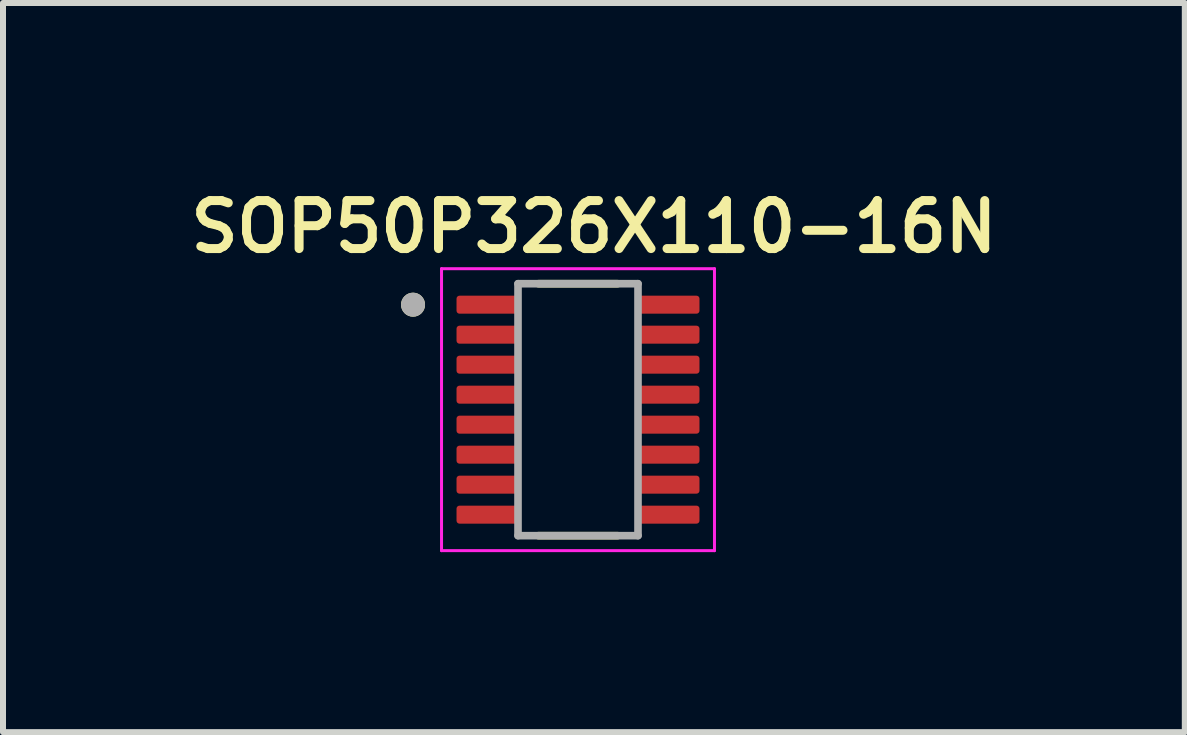
<source format=kicad_pcb>
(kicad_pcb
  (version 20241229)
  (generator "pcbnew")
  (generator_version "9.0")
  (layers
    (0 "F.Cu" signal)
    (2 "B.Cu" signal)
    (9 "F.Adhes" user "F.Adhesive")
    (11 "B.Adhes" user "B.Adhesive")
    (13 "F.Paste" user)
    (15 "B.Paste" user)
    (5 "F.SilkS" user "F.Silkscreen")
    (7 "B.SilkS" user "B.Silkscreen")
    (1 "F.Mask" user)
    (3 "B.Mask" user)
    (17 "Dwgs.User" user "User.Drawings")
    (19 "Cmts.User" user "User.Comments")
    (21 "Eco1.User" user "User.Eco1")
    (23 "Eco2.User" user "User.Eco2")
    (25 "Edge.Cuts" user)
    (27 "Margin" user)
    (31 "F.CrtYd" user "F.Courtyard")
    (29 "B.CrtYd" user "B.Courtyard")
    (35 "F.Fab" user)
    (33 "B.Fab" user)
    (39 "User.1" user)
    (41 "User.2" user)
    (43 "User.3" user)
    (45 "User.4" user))
  (footprint "SOP50P326X110-16N"
    (layer "F.Cu")
    (at 6.585 3.779)
    (property "Reference" "SOP50P326X110-16N" (at 0.265 -3.048 0) (layer "F.SilkS") (effects (font (size 0.8 0.8) (thickness 0.15))))
    (attr smd)
    (fp_poly (pts (xy -1.975 -1.95) (xy -1.025 -1.95) (xy -1.02 -1.95) (xy -1.015 -1.949) (xy -1.009 -1.949) (xy -1.004 -1.948) (xy -0.999 -1.947) (xy -0.994 -1.945) (xy -0.989 -1.943) (xy -0.984 -1.941) (xy -0.98 -1.939) (xy -0.975 -1.937) (xy -0.971 -1.934) (xy -0.966 -1.931) (xy -0.962 -1.928) (xy -0.958 -1.924) (xy -0.954 -1.921) (xy -0.951 -1.917) (xy -0.947 -1.913) (xy -0.944 -1.909) (xy -0.941 -1.904) (xy -0.938 -1.9) (xy -0.936 -1.895) (xy -0.934 -1.891) (xy -0.932 -1.886) (xy -0.93 -1.881) (xy -0.928 -1.876) (xy -0.927 -1.871) (xy -0.926 -1.866) (xy -0.926 -1.86) (xy -0.925 -1.855) (xy -0.925 -1.85) (xy -0.925 -1.65) (xy -0.925 -1.645) (xy -0.926 -1.64) (xy -0.926 -1.634) (xy -0.927 -1.629) (xy -0.928 -1.624) (xy -0.93 -1.619) (xy -0.932 -1.614) (xy -0.934 -1.609) (xy -0.936 -1.605) (xy -0.938 -1.6) (xy -0.941 -1.596) (xy -0.944 -1.591) (xy -0.947 -1.587) (xy -0.951 -1.583) (xy -0.954 -1.579) (xy -0.958 -1.576) (xy -0.962 -1.572) (xy -0.966 -1.569) (xy -0.971 -1.566) (xy -0.975 -1.563) (xy -0.98 -1.561) (xy -0.984 -1.559) (xy -0.989 -1.557) (xy -0.994 -1.555) (xy -0.999 -1.553) (xy -1.004 -1.552) (xy -1.009 -1.551) (xy -1.015 -1.551) (xy -1.02 -1.55) (xy -1.025 -1.55) (xy -1.975 -1.55) (xy -1.98 -1.55) (xy -1.985 -1.551) (xy -1.991 -1.551) (xy -1.996 -1.552) (xy -2.001 -1.553) (xy -2.006 -1.555) (xy -2.011 -1.557) (xy -2.016 -1.559) (xy -2.02 -1.561) (xy -2.025 -1.563) (xy -2.029 -1.566) (xy -2.034 -1.569) (xy -2.038 -1.572) (xy -2.042 -1.576) (xy -2.046 -1.579) (xy -2.049 -1.583) (xy -2.053 -1.587) (xy -2.056 -1.591) (xy -2.059 -1.596) (xy -2.062 -1.6) (xy -2.064 -1.605) (xy -2.066 -1.609) (xy -2.068 -1.614) (xy -2.07 -1.619) (xy -2.072 -1.624) (xy -2.073 -1.629) (xy -2.074 -1.634) (xy -2.074 -1.64) (xy -2.075 -1.645) (xy -2.075 -1.65) (xy -2.075 -1.85) (xy -2.075 -1.855) (xy -2.074 -1.86) (xy -2.074 -1.866) (xy -2.073 -1.871) (xy -2.072 -1.876) (xy -2.07 -1.881) (xy -2.068 -1.886) (xy -2.066 -1.891) (xy -2.064 -1.895) (xy -2.062 -1.9) (xy -2.059 -1.904) (xy -2.056 -1.909) (xy -2.053 -1.913) (xy -2.049 -1.917) (xy -2.046 -1.921) (xy -2.042 -1.924) (xy -2.038 -1.928) (xy -2.034 -1.931) (xy -2.029 -1.934) (xy -2.025 -1.937) (xy -2.02 -1.939) (xy -2.016 -1.941) (xy -2.011 -1.943) (xy -2.006 -1.945) (xy -2.001 -1.947) (xy -1.996 -1.948) (xy -1.991 -1.949) (xy -1.985 -1.949) (xy -1.98 -1.95) (xy -1.975 -1.95)) (stroke (width 0.01) (type solid)) (fill yes) (layer "F.Mask"))
    (fp_poly (pts (xy -1.975 -1.45) (xy -1.025 -1.45) (xy -1.02 -1.45) (xy -1.015 -1.449) (xy -1.009 -1.449) (xy -1.004 -1.448) (xy -0.999 -1.447) (xy -0.994 -1.445) (xy -0.989 -1.443) (xy -0.984 -1.441) (xy -0.98 -1.439) (xy -0.975 -1.437) (xy -0.971 -1.434) (xy -0.966 -1.431) (xy -0.962 -1.428) (xy -0.958 -1.424) (xy -0.954 -1.421) (xy -0.951 -1.417) (xy -0.947 -1.413) (xy -0.944 -1.409) (xy -0.941 -1.404) (xy -0.938 -1.4) (xy -0.936 -1.395) (xy -0.934 -1.391) (xy -0.932 -1.386) (xy -0.93 -1.381) (xy -0.928 -1.376) (xy -0.927 -1.371) (xy -0.926 -1.366) (xy -0.926 -1.36) (xy -0.925 -1.355) (xy -0.925 -1.35) (xy -0.925 -1.15) (xy -0.925 -1.145) (xy -0.926 -1.14) (xy -0.926 -1.134) (xy -0.927 -1.129) (xy -0.928 -1.124) (xy -0.93 -1.119) (xy -0.932 -1.114) (xy -0.934 -1.109) (xy -0.936 -1.105) (xy -0.938 -1.1) (xy -0.941 -1.096) (xy -0.944 -1.091) (xy -0.947 -1.087) (xy -0.951 -1.083) (xy -0.954 -1.079) (xy -0.958 -1.076) (xy -0.962 -1.072) (xy -0.966 -1.069) (xy -0.971 -1.066) (xy -0.975 -1.063) (xy -0.98 -1.061) (xy -0.984 -1.059) (xy -0.989 -1.057) (xy -0.994 -1.055) (xy -0.999 -1.053) (xy -1.004 -1.052) (xy -1.009 -1.051) (xy -1.015 -1.051) (xy -1.02 -1.05) (xy -1.025 -1.05) (xy -1.975 -1.05) (xy -1.98 -1.05) (xy -1.985 -1.051) (xy -1.991 -1.051) (xy -1.996 -1.052) (xy -2.001 -1.053) (xy -2.006 -1.055) (xy -2.011 -1.057) (xy -2.016 -1.059) (xy -2.02 -1.061) (xy -2.025 -1.063) (xy -2.029 -1.066) (xy -2.034 -1.069) (xy -2.038 -1.072) (xy -2.042 -1.076) (xy -2.046 -1.079) (xy -2.049 -1.083) (xy -2.053 -1.087) (xy -2.056 -1.091) (xy -2.059 -1.096) (xy -2.062 -1.1) (xy -2.064 -1.105) (xy -2.066 -1.109) (xy -2.068 -1.114) (xy -2.07 -1.119) (xy -2.072 -1.124) (xy -2.073 -1.129) (xy -2.074 -1.134) (xy -2.074 -1.14) (xy -2.075 -1.145) (xy -2.075 -1.15) (xy -2.075 -1.35) (xy -2.075 -1.355) (xy -2.074 -1.36) (xy -2.074 -1.366) (xy -2.073 -1.371) (xy -2.072 -1.376) (xy -2.07 -1.381) (xy -2.068 -1.386) (xy -2.066 -1.391) (xy -2.064 -1.395) (xy -2.062 -1.4) (xy -2.059 -1.404) (xy -2.056 -1.409) (xy -2.053 -1.413) (xy -2.049 -1.417) (xy -2.046 -1.421) (xy -2.042 -1.424) (xy -2.038 -1.428) (xy -2.034 -1.431) (xy -2.029 -1.434) (xy -2.025 -1.437) (xy -2.02 -1.439) (xy -2.016 -1.441) (xy -2.011 -1.443) (xy -2.006 -1.445) (xy -2.001 -1.447) (xy -1.996 -1.448) (xy -1.991 -1.449) (xy -1.985 -1.449) (xy -1.98 -1.45) (xy -1.975 -1.45)) (stroke (width 0.01) (type solid)) (fill yes) (layer "F.Mask"))
    (fp_poly (pts (xy -1.975 -0.95) (xy -1.025 -0.95) (xy -1.02 -0.95) (xy -1.015 -0.949) (xy -1.009 -0.949) (xy -1.004 -0.948) (xy -0.999 -0.947) (xy -0.994 -0.945) (xy -0.989 -0.943) (xy -0.984 -0.941) (xy -0.98 -0.939) (xy -0.975 -0.937) (xy -0.971 -0.934) (xy -0.966 -0.931) (xy -0.962 -0.928) (xy -0.958 -0.924) (xy -0.954 -0.921) (xy -0.951 -0.917) (xy -0.947 -0.913) (xy -0.944 -0.909) (xy -0.941 -0.904) (xy -0.938 -0.9) (xy -0.936 -0.895) (xy -0.934 -0.891) (xy -0.932 -0.886) (xy -0.93 -0.881) (xy -0.928 -0.876) (xy -0.927 -0.871) (xy -0.926 -0.866) (xy -0.926 -0.86) (xy -0.925 -0.855) (xy -0.925 -0.85) (xy -0.925 -0.65) (xy -0.925 -0.645) (xy -0.926 -0.64) (xy -0.926 -0.634) (xy -0.927 -0.629) (xy -0.928 -0.624) (xy -0.93 -0.619) (xy -0.932 -0.614) (xy -0.934 -0.609) (xy -0.936 -0.605) (xy -0.938 -0.6) (xy -0.941 -0.596) (xy -0.944 -0.591) (xy -0.947 -0.587) (xy -0.951 -0.583) (xy -0.954 -0.579) (xy -0.958 -0.576) (xy -0.962 -0.572) (xy -0.966 -0.569) (xy -0.971 -0.566) (xy -0.975 -0.563) (xy -0.98 -0.561) (xy -0.984 -0.559) (xy -0.989 -0.557) (xy -0.994 -0.555) (xy -0.999 -0.553) (xy -1.004 -0.552) (xy -1.009 -0.551) (xy -1.015 -0.551) (xy -1.02 -0.55) (xy -1.025 -0.55) (xy -1.975 -0.55) (xy -1.98 -0.55) (xy -1.985 -0.551) (xy -1.991 -0.551) (xy -1.996 -0.552) (xy -2.001 -0.553) (xy -2.006 -0.555) (xy -2.011 -0.557) (xy -2.016 -0.559) (xy -2.02 -0.561) (xy -2.025 -0.563) (xy -2.029 -0.566) (xy -2.034 -0.569) (xy -2.038 -0.572) (xy -2.042 -0.576) (xy -2.046 -0.579) (xy -2.049 -0.583) (xy -2.053 -0.587) (xy -2.056 -0.591) (xy -2.059 -0.596) (xy -2.062 -0.6) (xy -2.064 -0.605) (xy -2.066 -0.609) (xy -2.068 -0.614) (xy -2.07 -0.619) (xy -2.072 -0.624) (xy -2.073 -0.629) (xy -2.074 -0.634) (xy -2.074 -0.64) (xy -2.075 -0.645) (xy -2.075 -0.65) (xy -2.075 -0.85) (xy -2.075 -0.855) (xy -2.074 -0.86) (xy -2.074 -0.866) (xy -2.073 -0.871) (xy -2.072 -0.876) (xy -2.07 -0.881) (xy -2.068 -0.886) (xy -2.066 -0.891) (xy -2.064 -0.895) (xy -2.062 -0.9) (xy -2.059 -0.904) (xy -2.056 -0.909) (xy -2.053 -0.913) (xy -2.049 -0.917) (xy -2.046 -0.921) (xy -2.042 -0.924) (xy -2.038 -0.928) (xy -2.034 -0.931) (xy -2.029 -0.934) (xy -2.025 -0.937) (xy -2.02 -0.939) (xy -2.016 -0.941) (xy -2.011 -0.943) (xy -2.006 -0.945) (xy -2.001 -0.947) (xy -1.996 -0.948) (xy -1.991 -0.949) (xy -1.985 -0.949) (xy -1.98 -0.95) (xy -1.975 -0.95)) (stroke (width 0.01) (type solid)) (fill yes) (layer "F.Mask"))
    (fp_poly (pts (xy -1.975 -0.45) (xy -1.025 -0.45) (xy -1.02 -0.45) (xy -1.015 -0.449) (xy -1.009 -0.449) (xy -1.004 -0.448) (xy -0.999 -0.447) (xy -0.994 -0.445) (xy -0.989 -0.443) (xy -0.984 -0.441) (xy -0.98 -0.439) (xy -0.975 -0.437) (xy -0.971 -0.434) (xy -0.966 -0.431) (xy -0.962 -0.428) (xy -0.958 -0.424) (xy -0.954 -0.421) (xy -0.951 -0.417) (xy -0.947 -0.413) (xy -0.944 -0.409) (xy -0.941 -0.404) (xy -0.938 -0.4) (xy -0.936 -0.395) (xy -0.934 -0.391) (xy -0.932 -0.386) (xy -0.93 -0.381) (xy -0.928 -0.376) (xy -0.927 -0.371) (xy -0.926 -0.366) (xy -0.926 -0.36) (xy -0.925 -0.355) (xy -0.925 -0.35) (xy -0.925 -0.15) (xy -0.925 -0.145) (xy -0.926 -0.14) (xy -0.926 -0.134) (xy -0.927 -0.129) (xy -0.928 -0.124) (xy -0.93 -0.119) (xy -0.932 -0.114) (xy -0.934 -0.109) (xy -0.936 -0.105) (xy -0.938 -0.1) (xy -0.941 -0.096) (xy -0.944 -0.091) (xy -0.947 -0.087) (xy -0.951 -0.083) (xy -0.954 -0.079) (xy -0.958 -0.076) (xy -0.962 -0.072) (xy -0.966 -0.069) (xy -0.971 -0.066) (xy -0.975 -0.063) (xy -0.98 -0.061) (xy -0.984 -0.059) (xy -0.989 -0.057) (xy -0.994 -0.055) (xy -0.999 -0.053) (xy -1.004 -0.052) (xy -1.009 -0.051) (xy -1.015 -0.051) (xy -1.02 -0.05) (xy -1.025 -0.05) (xy -1.975 -0.05) (xy -1.98 -0.05) (xy -1.985 -0.051) (xy -1.991 -0.051) (xy -1.996 -0.052) (xy -2.001 -0.053) (xy -2.006 -0.055) (xy -2.011 -0.057) (xy -2.016 -0.059) (xy -2.02 -0.061) (xy -2.025 -0.063) (xy -2.029 -0.066) (xy -2.034 -0.069) (xy -2.038 -0.072) (xy -2.042 -0.076) (xy -2.046 -0.079) (xy -2.049 -0.083) (xy -2.053 -0.087) (xy -2.056 -0.091) (xy -2.059 -0.096) (xy -2.062 -0.1) (xy -2.064 -0.105) (xy -2.066 -0.109) (xy -2.068 -0.114) (xy -2.07 -0.119) (xy -2.072 -0.124) (xy -2.073 -0.129) (xy -2.074 -0.134) (xy -2.074 -0.14) (xy -2.075 -0.145) (xy -2.075 -0.15) (xy -2.075 -0.35) (xy -2.075 -0.355) (xy -2.074 -0.36) (xy -2.074 -0.366) (xy -2.073 -0.371) (xy -2.072 -0.376) (xy -2.07 -0.381) (xy -2.068 -0.386) (xy -2.066 -0.391) (xy -2.064 -0.395) (xy -2.062 -0.4) (xy -2.059 -0.404) (xy -2.056 -0.409) (xy -2.053 -0.413) (xy -2.049 -0.417) (xy -2.046 -0.421) (xy -2.042 -0.424) (xy -2.038 -0.428) (xy -2.034 -0.431) (xy -2.029 -0.434) (xy -2.025 -0.437) (xy -2.02 -0.439) (xy -2.016 -0.441) (xy -2.011 -0.443) (xy -2.006 -0.445) (xy -2.001 -0.447) (xy -1.996 -0.448) (xy -1.991 -0.449) (xy -1.985 -0.449) (xy -1.98 -0.45) (xy -1.975 -0.45)) (stroke (width 0.01) (type solid)) (fill yes) (layer "F.Mask"))
    (fp_poly (pts (xy -1.975 0.05) (xy -1.025 0.05) (xy -1.02 0.05) (xy -1.015 0.051) (xy -1.009 0.051) (xy -1.004 0.052) (xy -0.999 0.053) (xy -0.994 0.055) (xy -0.989 0.057) (xy -0.984 0.059) (xy -0.98 0.061) (xy -0.975 0.063) (xy -0.971 0.066) (xy -0.966 0.069) (xy -0.962 0.072) (xy -0.958 0.076) (xy -0.954 0.079) (xy -0.951 0.083) (xy -0.947 0.087) (xy -0.944 0.091) (xy -0.941 0.096) (xy -0.938 0.1) (xy -0.936 0.105) (xy -0.934 0.109) (xy -0.932 0.114) (xy -0.93 0.119) (xy -0.928 0.124) (xy -0.927 0.129) (xy -0.926 0.134) (xy -0.926 0.14) (xy -0.925 0.145) (xy -0.925 0.15) (xy -0.925 0.35) (xy -0.925 0.355) (xy -0.926 0.36) (xy -0.926 0.366) (xy -0.927 0.371) (xy -0.928 0.376) (xy -0.93 0.381) (xy -0.932 0.386) (xy -0.934 0.391) (xy -0.936 0.395) (xy -0.938 0.4) (xy -0.941 0.404) (xy -0.944 0.409) (xy -0.947 0.413) (xy -0.951 0.417) (xy -0.954 0.421) (xy -0.958 0.424) (xy -0.962 0.428) (xy -0.966 0.431) (xy -0.971 0.434) (xy -0.975 0.437) (xy -0.98 0.439) (xy -0.984 0.441) (xy -0.989 0.443) (xy -0.994 0.445) (xy -0.999 0.447) (xy -1.004 0.448) (xy -1.009 0.449) (xy -1.015 0.449) (xy -1.02 0.45) (xy -1.025 0.45) (xy -1.975 0.45) (xy -1.98 0.45) (xy -1.985 0.449) (xy -1.991 0.449) (xy -1.996 0.448) (xy -2.001 0.447) (xy -2.006 0.445) (xy -2.011 0.443) (xy -2.016 0.441) (xy -2.02 0.439) (xy -2.025 0.437) (xy -2.029 0.434) (xy -2.034 0.431) (xy -2.038 0.428) (xy -2.042 0.424) (xy -2.046 0.421) (xy -2.049 0.417) (xy -2.053 0.413) (xy -2.056 0.409) (xy -2.059 0.404) (xy -2.062 0.4) (xy -2.064 0.395) (xy -2.066 0.391) (xy -2.068 0.386) (xy -2.07 0.381) (xy -2.072 0.376) (xy -2.073 0.371) (xy -2.074 0.366) (xy -2.074 0.36) (xy -2.075 0.355) (xy -2.075 0.35) (xy -2.075 0.15) (xy -2.075 0.145) (xy -2.074 0.14) (xy -2.074 0.134) (xy -2.073 0.129) (xy -2.072 0.124) (xy -2.07 0.119) (xy -2.068 0.114) (xy -2.066 0.109) (xy -2.064 0.105) (xy -2.062 0.1) (xy -2.059 0.096) (xy -2.056 0.091) (xy -2.053 0.087) (xy -2.049 0.083) (xy -2.046 0.079) (xy -2.042 0.076) (xy -2.038 0.072) (xy -2.034 0.069) (xy -2.029 0.066) (xy -2.025 0.063) (xy -2.02 0.061) (xy -2.016 0.059) (xy -2.011 0.057) (xy -2.006 0.055) (xy -2.001 0.053) (xy -1.996 0.052) (xy -1.991 0.051) (xy -1.985 0.051) (xy -1.98 0.05) (xy -1.975 0.05)) (stroke (width 0.01) (type solid)) (fill yes) (layer "F.Mask"))
    (fp_poly (pts (xy -1.975 0.55) (xy -1.025 0.55) (xy -1.02 0.55) (xy -1.015 0.551) (xy -1.009 0.551) (xy -1.004 0.552) (xy -0.999 0.553) (xy -0.994 0.555) (xy -0.989 0.557) (xy -0.984 0.559) (xy -0.98 0.561) (xy -0.975 0.563) (xy -0.971 0.566) (xy -0.966 0.569) (xy -0.962 0.572) (xy -0.958 0.576) (xy -0.954 0.579) (xy -0.951 0.583) (xy -0.947 0.587) (xy -0.944 0.591) (xy -0.941 0.596) (xy -0.938 0.6) (xy -0.936 0.605) (xy -0.934 0.609) (xy -0.932 0.614) (xy -0.93 0.619) (xy -0.928 0.624) (xy -0.927 0.629) (xy -0.926 0.634) (xy -0.926 0.64) (xy -0.925 0.645) (xy -0.925 0.65) (xy -0.925 0.85) (xy -0.925 0.855) (xy -0.926 0.86) (xy -0.926 0.866) (xy -0.927 0.871) (xy -0.928 0.876) (xy -0.93 0.881) (xy -0.932 0.886) (xy -0.934 0.891) (xy -0.936 0.895) (xy -0.938 0.9) (xy -0.941 0.904) (xy -0.944 0.909) (xy -0.947 0.913) (xy -0.951 0.917) (xy -0.954 0.921) (xy -0.958 0.924) (xy -0.962 0.928) (xy -0.966 0.931) (xy -0.971 0.934) (xy -0.975 0.937) (xy -0.98 0.939) (xy -0.984 0.941) (xy -0.989 0.943) (xy -0.994 0.945) (xy -0.999 0.947) (xy -1.004 0.948) (xy -1.009 0.949) (xy -1.015 0.949) (xy -1.02 0.95) (xy -1.025 0.95) (xy -1.975 0.95) (xy -1.98 0.95) (xy -1.985 0.949) (xy -1.991 0.949) (xy -1.996 0.948) (xy -2.001 0.947) (xy -2.006 0.945) (xy -2.011 0.943) (xy -2.016 0.941) (xy -2.02 0.939) (xy -2.025 0.937) (xy -2.029 0.934) (xy -2.034 0.931) (xy -2.038 0.928) (xy -2.042 0.924) (xy -2.046 0.921) (xy -2.049 0.917) (xy -2.053 0.913) (xy -2.056 0.909) (xy -2.059 0.904) (xy -2.062 0.9) (xy -2.064 0.895) (xy -2.066 0.891) (xy -2.068 0.886) (xy -2.07 0.881) (xy -2.072 0.876) (xy -2.073 0.871) (xy -2.074 0.866) (xy -2.074 0.86) (xy -2.075 0.855) (xy -2.075 0.85) (xy -2.075 0.65) (xy -2.075 0.645) (xy -2.074 0.64) (xy -2.074 0.634) (xy -2.073 0.629) (xy -2.072 0.624) (xy -2.07 0.619) (xy -2.068 0.614) (xy -2.066 0.609) (xy -2.064 0.605) (xy -2.062 0.6) (xy -2.059 0.596) (xy -2.056 0.591) (xy -2.053 0.587) (xy -2.049 0.583) (xy -2.046 0.579) (xy -2.042 0.576) (xy -2.038 0.572) (xy -2.034 0.569) (xy -2.029 0.566) (xy -2.025 0.563) (xy -2.02 0.561) (xy -2.016 0.559) (xy -2.011 0.557) (xy -2.006 0.555) (xy -2.001 0.553) (xy -1.996 0.552) (xy -1.991 0.551) (xy -1.985 0.551) (xy -1.98 0.55) (xy -1.975 0.55)) (stroke (width 0.01) (type solid)) (fill yes) (layer "F.Mask"))
    (fp_poly (pts (xy -1.975 1.05) (xy -1.025 1.05) (xy -1.02 1.05) (xy -1.015 1.051) (xy -1.009 1.051) (xy -1.004 1.052) (xy -0.999 1.053) (xy -0.994 1.055) (xy -0.989 1.057) (xy -0.984 1.059) (xy -0.98 1.061) (xy -0.975 1.063) (xy -0.971 1.066) (xy -0.966 1.069) (xy -0.962 1.072) (xy -0.958 1.076) (xy -0.954 1.079) (xy -0.951 1.083) (xy -0.947 1.087) (xy -0.944 1.091) (xy -0.941 1.096) (xy -0.938 1.1) (xy -0.936 1.105) (xy -0.934 1.109) (xy -0.932 1.114) (xy -0.93 1.119) (xy -0.928 1.124) (xy -0.927 1.129) (xy -0.926 1.134) (xy -0.926 1.14) (xy -0.925 1.145) (xy -0.925 1.15) (xy -0.925 1.35) (xy -0.925 1.355) (xy -0.926 1.36) (xy -0.926 1.366) (xy -0.927 1.371) (xy -0.928 1.376) (xy -0.93 1.381) (xy -0.932 1.386) (xy -0.934 1.391) (xy -0.936 1.395) (xy -0.938 1.4) (xy -0.941 1.404) (xy -0.944 1.409) (xy -0.947 1.413) (xy -0.951 1.417) (xy -0.954 1.421) (xy -0.958 1.424) (xy -0.962 1.428) (xy -0.966 1.431) (xy -0.971 1.434) (xy -0.975 1.437) (xy -0.98 1.439) (xy -0.984 1.441) (xy -0.989 1.443) (xy -0.994 1.445) (xy -0.999 1.447) (xy -1.004 1.448) (xy -1.009 1.449) (xy -1.015 1.449) (xy -1.02 1.45) (xy -1.025 1.45) (xy -1.975 1.45) (xy -1.98 1.45) (xy -1.985 1.449) (xy -1.991 1.449) (xy -1.996 1.448) (xy -2.001 1.447) (xy -2.006 1.445) (xy -2.011 1.443) (xy -2.016 1.441) (xy -2.02 1.439) (xy -2.025 1.437) (xy -2.029 1.434) (xy -2.034 1.431) (xy -2.038 1.428) (xy -2.042 1.424) (xy -2.046 1.421) (xy -2.049 1.417) (xy -2.053 1.413) (xy -2.056 1.409) (xy -2.059 1.404) (xy -2.062 1.4) (xy -2.064 1.395) (xy -2.066 1.391) (xy -2.068 1.386) (xy -2.07 1.381) (xy -2.072 1.376) (xy -2.073 1.371) (xy -2.074 1.366) (xy -2.074 1.36) (xy -2.075 1.355) (xy -2.075 1.35) (xy -2.075 1.15) (xy -2.075 1.145) (xy -2.074 1.14) (xy -2.074 1.134) (xy -2.073 1.129) (xy -2.072 1.124) (xy -2.07 1.119) (xy -2.068 1.114) (xy -2.066 1.109) (xy -2.064 1.105) (xy -2.062 1.1) (xy -2.059 1.096) (xy -2.056 1.091) (xy -2.053 1.087) (xy -2.049 1.083) (xy -2.046 1.079) (xy -2.042 1.076) (xy -2.038 1.072) (xy -2.034 1.069) (xy -2.029 1.066) (xy -2.025 1.063) (xy -2.02 1.061) (xy -2.016 1.059) (xy -2.011 1.057) (xy -2.006 1.055) (xy -2.001 1.053) (xy -1.996 1.052) (xy -1.991 1.051) (xy -1.985 1.051) (xy -1.98 1.05) (xy -1.975 1.05)) (stroke (width 0.01) (type solid)) (fill yes) (layer "F.Mask"))
    (fp_poly (pts (xy -1.975 1.55) (xy -1.025 1.55) (xy -1.02 1.55) (xy -1.015 1.551) (xy -1.009 1.551) (xy -1.004 1.552) (xy -0.999 1.553) (xy -0.994 1.555) (xy -0.989 1.557) (xy -0.984 1.559) (xy -0.98 1.561) (xy -0.975 1.563) (xy -0.971 1.566) (xy -0.966 1.569) (xy -0.962 1.572) (xy -0.958 1.576) (xy -0.954 1.579) (xy -0.951 1.583) (xy -0.947 1.587) (xy -0.944 1.591) (xy -0.941 1.596) (xy -0.938 1.6) (xy -0.936 1.605) (xy -0.934 1.609) (xy -0.932 1.614) (xy -0.93 1.619) (xy -0.928 1.624) (xy -0.927 1.629) (xy -0.926 1.634) (xy -0.926 1.64) (xy -0.925 1.645) (xy -0.925 1.65) (xy -0.925 1.85) (xy -0.925 1.855) (xy -0.926 1.86) (xy -0.926 1.866) (xy -0.927 1.871) (xy -0.928 1.876) (xy -0.93 1.881) (xy -0.932 1.886) (xy -0.934 1.891) (xy -0.936 1.895) (xy -0.938 1.9) (xy -0.941 1.904) (xy -0.944 1.909) (xy -0.947 1.913) (xy -0.951 1.917) (xy -0.954 1.921) (xy -0.958 1.924) (xy -0.962 1.928) (xy -0.966 1.931) (xy -0.971 1.934) (xy -0.975 1.937) (xy -0.98 1.939) (xy -0.984 1.941) (xy -0.989 1.943) (xy -0.994 1.945) (xy -0.999 1.947) (xy -1.004 1.948) (xy -1.009 1.949) (xy -1.015 1.949) (xy -1.02 1.95) (xy -1.025 1.95) (xy -1.975 1.95) (xy -1.98 1.95) (xy -1.985 1.949) (xy -1.991 1.949) (xy -1.996 1.948) (xy -2.001 1.947) (xy -2.006 1.945) (xy -2.011 1.943) (xy -2.016 1.941) (xy -2.02 1.939) (xy -2.025 1.937) (xy -2.029 1.934) (xy -2.034 1.931) (xy -2.038 1.928) (xy -2.042 1.924) (xy -2.046 1.921) (xy -2.049 1.917) (xy -2.053 1.913) (xy -2.056 1.909) (xy -2.059 1.904) (xy -2.062 1.9) (xy -2.064 1.895) (xy -2.066 1.891) (xy -2.068 1.886) (xy -2.07 1.881) (xy -2.072 1.876) (xy -2.073 1.871) (xy -2.074 1.866) (xy -2.074 1.86) (xy -2.075 1.855) (xy -2.075 1.85) (xy -2.075 1.65) (xy -2.075 1.645) (xy -2.074 1.64) (xy -2.074 1.634) (xy -2.073 1.629) (xy -2.072 1.624) (xy -2.07 1.619) (xy -2.068 1.614) (xy -2.066 1.609) (xy -2.064 1.605) (xy -2.062 1.6) (xy -2.059 1.596) (xy -2.056 1.591) (xy -2.053 1.587) (xy -2.049 1.583) (xy -2.046 1.579) (xy -2.042 1.576) (xy -2.038 1.572) (xy -2.034 1.569) (xy -2.029 1.566) (xy -2.025 1.563) (xy -2.02 1.561) (xy -2.016 1.559) (xy -2.011 1.557) (xy -2.006 1.555) (xy -2.001 1.553) (xy -1.996 1.552) (xy -1.991 1.551) (xy -1.985 1.551) (xy -1.98 1.55) (xy -1.975 1.55)) (stroke (width 0.01) (type solid)) (fill yes) (layer "F.Mask"))
    (fp_poly (pts (xy 1.975 -1.55) (xy 1.025 -1.55) (xy 1.02 -1.55) (xy 1.015 -1.551) (xy 1.009 -1.551) (xy 1.004 -1.552) (xy 0.999 -1.553) (xy 0.994 -1.555) (xy 0.989 -1.557) (xy 0.984 -1.559) (xy 0.98 -1.561) (xy 0.975 -1.563) (xy 0.971 -1.566) (xy 0.966 -1.569) (xy 0.962 -1.572) (xy 0.958 -1.576) (xy 0.954 -1.579) (xy 0.951 -1.583) (xy 0.947 -1.587) (xy 0.944 -1.591) (xy 0.941 -1.596) (xy 0.938 -1.6) (xy 0.936 -1.605) (xy 0.934 -1.609) (xy 0.932 -1.614) (xy 0.93 -1.619) (xy 0.928 -1.624) (xy 0.927 -1.629) (xy 0.926 -1.634) (xy 0.926 -1.64) (xy 0.925 -1.645) (xy 0.925 -1.65) (xy 0.925 -1.85) (xy 0.925 -1.855) (xy 0.926 -1.86) (xy 0.926 -1.866) (xy 0.927 -1.871) (xy 0.928 -1.876) (xy 0.93 -1.881) (xy 0.932 -1.886) (xy 0.934 -1.891) (xy 0.936 -1.895) (xy 0.938 -1.9) (xy 0.941 -1.904) (xy 0.944 -1.909) (xy 0.947 -1.913) (xy 0.951 -1.917) (xy 0.954 -1.921) (xy 0.958 -1.924) (xy 0.962 -1.928) (xy 0.966 -1.931) (xy 0.971 -1.934) (xy 0.975 -1.937) (xy 0.98 -1.939) (xy 0.984 -1.941) (xy 0.989 -1.943) (xy 0.994 -1.945) (xy 0.999 -1.947) (xy 1.004 -1.948) (xy 1.009 -1.949) (xy 1.015 -1.949) (xy 1.02 -1.95) (xy 1.025 -1.95) (xy 1.975 -1.95) (xy 1.98 -1.95) (xy 1.985 -1.949) (xy 1.991 -1.949) (xy 1.996 -1.948) (xy 2.001 -1.947) (xy 2.006 -1.945) (xy 2.011 -1.943) (xy 2.016 -1.941) (xy 2.02 -1.939) (xy 2.025 -1.937) (xy 2.029 -1.934) (xy 2.034 -1.931) (xy 2.038 -1.928) (xy 2.042 -1.924) (xy 2.046 -1.921) (xy 2.049 -1.917) (xy 2.053 -1.913) (xy 2.056 -1.909) (xy 2.059 -1.904) (xy 2.062 -1.9) (xy 2.064 -1.895) (xy 2.066 -1.891) (xy 2.068 -1.886) (xy 2.07 -1.881) (xy 2.072 -1.876) (xy 2.073 -1.871) (xy 2.074 -1.866) (xy 2.074 -1.86) (xy 2.075 -1.855) (xy 2.075 -1.85) (xy 2.075 -1.65) (xy 2.075 -1.645) (xy 2.074 -1.64) (xy 2.074 -1.634) (xy 2.073 -1.629) (xy 2.072 -1.624) (xy 2.07 -1.619) (xy 2.068 -1.614) (xy 2.066 -1.609) (xy 2.064 -1.605) (xy 2.062 -1.6) (xy 2.059 -1.596) (xy 2.056 -1.591) (xy 2.053 -1.587) (xy 2.049 -1.583) (xy 2.046 -1.579) (xy 2.042 -1.576) (xy 2.038 -1.572) (xy 2.034 -1.569) (xy 2.029 -1.566) (xy 2.025 -1.563) (xy 2.02 -1.561) (xy 2.016 -1.559) (xy 2.011 -1.557) (xy 2.006 -1.555) (xy 2.001 -1.553) (xy 1.996 -1.552) (xy 1.991 -1.551) (xy 1.985 -1.551) (xy 1.98 -1.55) (xy 1.975 -1.55)) (stroke (width 0.01) (type solid)) (fill yes) (layer "F.Mask"))
    (fp_poly (pts (xy 1.975 -1.05) (xy 1.025 -1.05) (xy 1.02 -1.05) (xy 1.015 -1.051) (xy 1.009 -1.051) (xy 1.004 -1.052) (xy 0.999 -1.053) (xy 0.994 -1.055) (xy 0.989 -1.057) (xy 0.984 -1.059) (xy 0.98 -1.061) (xy 0.975 -1.063) (xy 0.971 -1.066) (xy 0.966 -1.069) (xy 0.962 -1.072) (xy 0.958 -1.076) (xy 0.954 -1.079) (xy 0.951 -1.083) (xy 0.947 -1.087) (xy 0.944 -1.091) (xy 0.941 -1.096) (xy 0.938 -1.1) (xy 0.936 -1.105) (xy 0.934 -1.109) (xy 0.932 -1.114) (xy 0.93 -1.119) (xy 0.928 -1.124) (xy 0.927 -1.129) (xy 0.926 -1.134) (xy 0.926 -1.14) (xy 0.925 -1.145) (xy 0.925 -1.15) (xy 0.925 -1.35) (xy 0.925 -1.355) (xy 0.926 -1.36) (xy 0.926 -1.366) (xy 0.927 -1.371) (xy 0.928 -1.376) (xy 0.93 -1.381) (xy 0.932 -1.386) (xy 0.934 -1.391) (xy 0.936 -1.395) (xy 0.938 -1.4) (xy 0.941 -1.404) (xy 0.944 -1.409) (xy 0.947 -1.413) (xy 0.951 -1.417) (xy 0.954 -1.421) (xy 0.958 -1.424) (xy 0.962 -1.428) (xy 0.966 -1.431) (xy 0.971 -1.434) (xy 0.975 -1.437) (xy 0.98 -1.439) (xy 0.984 -1.441) (xy 0.989 -1.443) (xy 0.994 -1.445) (xy 0.999 -1.447) (xy 1.004 -1.448) (xy 1.009 -1.449) (xy 1.015 -1.449) (xy 1.02 -1.45) (xy 1.025 -1.45) (xy 1.975 -1.45) (xy 1.98 -1.45) (xy 1.985 -1.449) (xy 1.991 -1.449) (xy 1.996 -1.448) (xy 2.001 -1.447) (xy 2.006 -1.445) (xy 2.011 -1.443) (xy 2.016 -1.441) (xy 2.02 -1.439) (xy 2.025 -1.437) (xy 2.029 -1.434) (xy 2.034 -1.431) (xy 2.038 -1.428) (xy 2.042 -1.424) (xy 2.046 -1.421) (xy 2.049 -1.417) (xy 2.053 -1.413) (xy 2.056 -1.409) (xy 2.059 -1.404) (xy 2.062 -1.4) (xy 2.064 -1.395) (xy 2.066 -1.391) (xy 2.068 -1.386) (xy 2.07 -1.381) (xy 2.072 -1.376) (xy 2.073 -1.371) (xy 2.074 -1.366) (xy 2.074 -1.36) (xy 2.075 -1.355) (xy 2.075 -1.35) (xy 2.075 -1.15) (xy 2.075 -1.145) (xy 2.074 -1.14) (xy 2.074 -1.134) (xy 2.073 -1.129) (xy 2.072 -1.124) (xy 2.07 -1.119) (xy 2.068 -1.114) (xy 2.066 -1.109) (xy 2.064 -1.105) (xy 2.062 -1.1) (xy 2.059 -1.096) (xy 2.056 -1.091) (xy 2.053 -1.087) (xy 2.049 -1.083) (xy 2.046 -1.079) (xy 2.042 -1.076) (xy 2.038 -1.072) (xy 2.034 -1.069) (xy 2.029 -1.066) (xy 2.025 -1.063) (xy 2.02 -1.061) (xy 2.016 -1.059) (xy 2.011 -1.057) (xy 2.006 -1.055) (xy 2.001 -1.053) (xy 1.996 -1.052) (xy 1.991 -1.051) (xy 1.985 -1.051) (xy 1.98 -1.05) (xy 1.975 -1.05)) (stroke (width 0.01) (type solid)) (fill yes) (layer "F.Mask"))
    (fp_poly (pts (xy 1.975 -0.55) (xy 1.025 -0.55) (xy 1.02 -0.55) (xy 1.015 -0.551) (xy 1.009 -0.551) (xy 1.004 -0.552) (xy 0.999 -0.553) (xy 0.994 -0.555) (xy 0.989 -0.557) (xy 0.984 -0.559) (xy 0.98 -0.561) (xy 0.975 -0.563) (xy 0.971 -0.566) (xy 0.966 -0.569) (xy 0.962 -0.572) (xy 0.958 -0.576) (xy 0.954 -0.579) (xy 0.951 -0.583) (xy 0.947 -0.587) (xy 0.944 -0.591) (xy 0.941 -0.596) (xy 0.938 -0.6) (xy 0.936 -0.605) (xy 0.934 -0.609) (xy 0.932 -0.614) (xy 0.93 -0.619) (xy 0.928 -0.624) (xy 0.927 -0.629) (xy 0.926 -0.634) (xy 0.926 -0.64) (xy 0.925 -0.645) (xy 0.925 -0.65) (xy 0.925 -0.85) (xy 0.925 -0.855) (xy 0.926 -0.86) (xy 0.926 -0.866) (xy 0.927 -0.871) (xy 0.928 -0.876) (xy 0.93 -0.881) (xy 0.932 -0.886) (xy 0.934 -0.891) (xy 0.936 -0.895) (xy 0.938 -0.9) (xy 0.941 -0.904) (xy 0.944 -0.909) (xy 0.947 -0.913) (xy 0.951 -0.917) (xy 0.954 -0.921) (xy 0.958 -0.924) (xy 0.962 -0.928) (xy 0.966 -0.931) (xy 0.971 -0.934) (xy 0.975 -0.937) (xy 0.98 -0.939) (xy 0.984 -0.941) (xy 0.989 -0.943) (xy 0.994 -0.945) (xy 0.999 -0.947) (xy 1.004 -0.948) (xy 1.009 -0.949) (xy 1.015 -0.949) (xy 1.02 -0.95) (xy 1.025 -0.95) (xy 1.975 -0.95) (xy 1.98 -0.95) (xy 1.985 -0.949) (xy 1.991 -0.949) (xy 1.996 -0.948) (xy 2.001 -0.947) (xy 2.006 -0.945) (xy 2.011 -0.943) (xy 2.016 -0.941) (xy 2.02 -0.939) (xy 2.025 -0.937) (xy 2.029 -0.934) (xy 2.034 -0.931) (xy 2.038 -0.928) (xy 2.042 -0.924) (xy 2.046 -0.921) (xy 2.049 -0.917) (xy 2.053 -0.913) (xy 2.056 -0.909) (xy 2.059 -0.904) (xy 2.062 -0.9) (xy 2.064 -0.895) (xy 2.066 -0.891) (xy 2.068 -0.886) (xy 2.07 -0.881) (xy 2.072 -0.876) (xy 2.073 -0.871) (xy 2.074 -0.866) (xy 2.074 -0.86) (xy 2.075 -0.855) (xy 2.075 -0.85) (xy 2.075 -0.65) (xy 2.075 -0.645) (xy 2.074 -0.64) (xy 2.074 -0.634) (xy 2.073 -0.629) (xy 2.072 -0.624) (xy 2.07 -0.619) (xy 2.068 -0.614) (xy 2.066 -0.609) (xy 2.064 -0.605) (xy 2.062 -0.6) (xy 2.059 -0.596) (xy 2.056 -0.591) (xy 2.053 -0.587) (xy 2.049 -0.583) (xy 2.046 -0.579) (xy 2.042 -0.576) (xy 2.038 -0.572) (xy 2.034 -0.569) (xy 2.029 -0.566) (xy 2.025 -0.563) (xy 2.02 -0.561) (xy 2.016 -0.559) (xy 2.011 -0.557) (xy 2.006 -0.555) (xy 2.001 -0.553) (xy 1.996 -0.552) (xy 1.991 -0.551) (xy 1.985 -0.551) (xy 1.98 -0.55) (xy 1.975 -0.55)) (stroke (width 0.01) (type solid)) (fill yes) (layer "F.Mask"))
    (fp_poly (pts (xy 1.975 -0.05) (xy 1.025 -0.05) (xy 1.02 -0.05) (xy 1.015 -0.051) (xy 1.009 -0.051) (xy 1.004 -0.052) (xy 0.999 -0.053) (xy 0.994 -0.055) (xy 0.989 -0.057) (xy 0.984 -0.059) (xy 0.98 -0.061) (xy 0.975 -0.063) (xy 0.971 -0.066) (xy 0.966 -0.069) (xy 0.962 -0.072) (xy 0.958 -0.076) (xy 0.954 -0.079) (xy 0.951 -0.083) (xy 0.947 -0.087) (xy 0.944 -0.091) (xy 0.941 -0.096) (xy 0.938 -0.1) (xy 0.936 -0.105) (xy 0.934 -0.109) (xy 0.932 -0.114) (xy 0.93 -0.119) (xy 0.928 -0.124) (xy 0.927 -0.129) (xy 0.926 -0.134) (xy 0.926 -0.14) (xy 0.925 -0.145) (xy 0.925 -0.15) (xy 0.925 -0.35) (xy 0.925 -0.355) (xy 0.926 -0.36) (xy 0.926 -0.366) (xy 0.927 -0.371) (xy 0.928 -0.376) (xy 0.93 -0.381) (xy 0.932 -0.386) (xy 0.934 -0.391) (xy 0.936 -0.395) (xy 0.938 -0.4) (xy 0.941 -0.404) (xy 0.944 -0.409) (xy 0.947 -0.413) (xy 0.951 -0.417) (xy 0.954 -0.421) (xy 0.958 -0.424) (xy 0.962 -0.428) (xy 0.966 -0.431) (xy 0.971 -0.434) (xy 0.975 -0.437) (xy 0.98 -0.439) (xy 0.984 -0.441) (xy 0.989 -0.443) (xy 0.994 -0.445) (xy 0.999 -0.447) (xy 1.004 -0.448) (xy 1.009 -0.449) (xy 1.015 -0.449) (xy 1.02 -0.45) (xy 1.025 -0.45) (xy 1.975 -0.45) (xy 1.98 -0.45) (xy 1.985 -0.449) (xy 1.991 -0.449) (xy 1.996 -0.448) (xy 2.001 -0.447) (xy 2.006 -0.445) (xy 2.011 -0.443) (xy 2.016 -0.441) (xy 2.02 -0.439) (xy 2.025 -0.437) (xy 2.029 -0.434) (xy 2.034 -0.431) (xy 2.038 -0.428) (xy 2.042 -0.424) (xy 2.046 -0.421) (xy 2.049 -0.417) (xy 2.053 -0.413) (xy 2.056 -0.409) (xy 2.059 -0.404) (xy 2.062 -0.4) (xy 2.064 -0.395) (xy 2.066 -0.391) (xy 2.068 -0.386) (xy 2.07 -0.381) (xy 2.072 -0.376) (xy 2.073 -0.371) (xy 2.074 -0.366) (xy 2.074 -0.36) (xy 2.075 -0.355) (xy 2.075 -0.35) (xy 2.075 -0.15) (xy 2.075 -0.145) (xy 2.074 -0.14) (xy 2.074 -0.134) (xy 2.073 -0.129) (xy 2.072 -0.124) (xy 2.07 -0.119) (xy 2.068 -0.114) (xy 2.066 -0.109) (xy 2.064 -0.105) (xy 2.062 -0.1) (xy 2.059 -0.096) (xy 2.056 -0.091) (xy 2.053 -0.087) (xy 2.049 -0.083) (xy 2.046 -0.079) (xy 2.042 -0.076) (xy 2.038 -0.072) (xy 2.034 -0.069) (xy 2.029 -0.066) (xy 2.025 -0.063) (xy 2.02 -0.061) (xy 2.016 -0.059) (xy 2.011 -0.057) (xy 2.006 -0.055) (xy 2.001 -0.053) (xy 1.996 -0.052) (xy 1.991 -0.051) (xy 1.985 -0.051) (xy 1.98 -0.05) (xy 1.975 -0.05)) (stroke (width 0.01) (type solid)) (fill yes) (layer "F.Mask"))
    (fp_poly (pts (xy 1.975 0.45) (xy 1.025 0.45) (xy 1.02 0.45) (xy 1.015 0.449) (xy 1.009 0.449) (xy 1.004 0.448) (xy 0.999 0.447) (xy 0.994 0.445) (xy 0.989 0.443) (xy 0.984 0.441) (xy 0.98 0.439) (xy 0.975 0.437) (xy 0.971 0.434) (xy 0.966 0.431) (xy 0.962 0.428) (xy 0.958 0.424) (xy 0.954 0.421) (xy 0.951 0.417) (xy 0.947 0.413) (xy 0.944 0.409) (xy 0.941 0.404) (xy 0.938 0.4) (xy 0.936 0.395) (xy 0.934 0.391) (xy 0.932 0.386) (xy 0.93 0.381) (xy 0.928 0.376) (xy 0.927 0.371) (xy 0.926 0.366) (xy 0.926 0.36) (xy 0.925 0.355) (xy 0.925 0.35) (xy 0.925 0.15) (xy 0.925 0.145) (xy 0.926 0.14) (xy 0.926 0.134) (xy 0.927 0.129) (xy 0.928 0.124) (xy 0.93 0.119) (xy 0.932 0.114) (xy 0.934 0.109) (xy 0.936 0.105) (xy 0.938 0.1) (xy 0.941 0.096) (xy 0.944 0.091) (xy 0.947 0.087) (xy 0.951 0.083) (xy 0.954 0.079) (xy 0.958 0.076) (xy 0.962 0.072) (xy 0.966 0.069) (xy 0.971 0.066) (xy 0.975 0.063) (xy 0.98 0.061) (xy 0.984 0.059) (xy 0.989 0.057) (xy 0.994 0.055) (xy 0.999 0.053) (xy 1.004 0.052) (xy 1.009 0.051) (xy 1.015 0.051) (xy 1.02 0.05) (xy 1.025 0.05) (xy 1.975 0.05) (xy 1.98 0.05) (xy 1.985 0.051) (xy 1.991 0.051) (xy 1.996 0.052) (xy 2.001 0.053) (xy 2.006 0.055) (xy 2.011 0.057) (xy 2.016 0.059) (xy 2.02 0.061) (xy 2.025 0.063) (xy 2.029 0.066) (xy 2.034 0.069) (xy 2.038 0.072) (xy 2.042 0.076) (xy 2.046 0.079) (xy 2.049 0.083) (xy 2.053 0.087) (xy 2.056 0.091) (xy 2.059 0.096) (xy 2.062 0.1) (xy 2.064 0.105) (xy 2.066 0.109) (xy 2.068 0.114) (xy 2.07 0.119) (xy 2.072 0.124) (xy 2.073 0.129) (xy 2.074 0.134) (xy 2.074 0.14) (xy 2.075 0.145) (xy 2.075 0.15) (xy 2.075 0.35) (xy 2.075 0.355) (xy 2.074 0.36) (xy 2.074 0.366) (xy 2.073 0.371) (xy 2.072 0.376) (xy 2.07 0.381) (xy 2.068 0.386) (xy 2.066 0.391) (xy 2.064 0.395) (xy 2.062 0.4) (xy 2.059 0.404) (xy 2.056 0.409) (xy 2.053 0.413) (xy 2.049 0.417) (xy 2.046 0.421) (xy 2.042 0.424) (xy 2.038 0.428) (xy 2.034 0.431) (xy 2.029 0.434) (xy 2.025 0.437) (xy 2.02 0.439) (xy 2.016 0.441) (xy 2.011 0.443) (xy 2.006 0.445) (xy 2.001 0.447) (xy 1.996 0.448) (xy 1.991 0.449) (xy 1.985 0.449) (xy 1.98 0.45) (xy 1.975 0.45)) (stroke (width 0.01) (type solid)) (fill yes) (layer "F.Mask"))
    (fp_poly (pts (xy 1.975 0.95) (xy 1.025 0.95) (xy 1.02 0.95) (xy 1.015 0.949) (xy 1.009 0.949) (xy 1.004 0.948) (xy 0.999 0.947) (xy 0.994 0.945) (xy 0.989 0.943) (xy 0.984 0.941) (xy 0.98 0.939) (xy 0.975 0.937) (xy 0.971 0.934) (xy 0.966 0.931) (xy 0.962 0.928) (xy 0.958 0.924) (xy 0.954 0.921) (xy 0.951 0.917) (xy 0.947 0.913) (xy 0.944 0.909) (xy 0.941 0.904) (xy 0.938 0.9) (xy 0.936 0.895) (xy 0.934 0.891) (xy 0.932 0.886) (xy 0.93 0.881) (xy 0.928 0.876) (xy 0.927 0.871) (xy 0.926 0.866) (xy 0.926 0.86) (xy 0.925 0.855) (xy 0.925 0.85) (xy 0.925 0.65) (xy 0.925 0.645) (xy 0.926 0.64) (xy 0.926 0.634) (xy 0.927 0.629) (xy 0.928 0.624) (xy 0.93 0.619) (xy 0.932 0.614) (xy 0.934 0.609) (xy 0.936 0.605) (xy 0.938 0.6) (xy 0.941 0.596) (xy 0.944 0.591) (xy 0.947 0.587) (xy 0.951 0.583) (xy 0.954 0.579) (xy 0.958 0.576) (xy 0.962 0.572) (xy 0.966 0.569) (xy 0.971 0.566) (xy 0.975 0.563) (xy 0.98 0.561) (xy 0.984 0.559) (xy 0.989 0.557) (xy 0.994 0.555) (xy 0.999 0.553) (xy 1.004 0.552) (xy 1.009 0.551) (xy 1.015 0.551) (xy 1.02 0.55) (xy 1.025 0.55) (xy 1.975 0.55) (xy 1.98 0.55) (xy 1.985 0.551) (xy 1.991 0.551) (xy 1.996 0.552) (xy 2.001 0.553) (xy 2.006 0.555) (xy 2.011 0.557) (xy 2.016 0.559) (xy 2.02 0.561) (xy 2.025 0.563) (xy 2.029 0.566) (xy 2.034 0.569) (xy 2.038 0.572) (xy 2.042 0.576) (xy 2.046 0.579) (xy 2.049 0.583) (xy 2.053 0.587) (xy 2.056 0.591) (xy 2.059 0.596) (xy 2.062 0.6) (xy 2.064 0.605) (xy 2.066 0.609) (xy 2.068 0.614) (xy 2.07 0.619) (xy 2.072 0.624) (xy 2.073 0.629) (xy 2.074 0.634) (xy 2.074 0.64) (xy 2.075 0.645) (xy 2.075 0.65) (xy 2.075 0.85) (xy 2.075 0.855) (xy 2.074 0.86) (xy 2.074 0.866) (xy 2.073 0.871) (xy 2.072 0.876) (xy 2.07 0.881) (xy 2.068 0.886) (xy 2.066 0.891) (xy 2.064 0.895) (xy 2.062 0.9) (xy 2.059 0.904) (xy 2.056 0.909) (xy 2.053 0.913) (xy 2.049 0.917) (xy 2.046 0.921) (xy 2.042 0.924) (xy 2.038 0.928) (xy 2.034 0.931) (xy 2.029 0.934) (xy 2.025 0.937) (xy 2.02 0.939) (xy 2.016 0.941) (xy 2.011 0.943) (xy 2.006 0.945) (xy 2.001 0.947) (xy 1.996 0.948) (xy 1.991 0.949) (xy 1.985 0.949) (xy 1.98 0.95) (xy 1.975 0.95)) (stroke (width 0.01) (type solid)) (fill yes) (layer "F.Mask"))
    (fp_poly (pts (xy 1.975 1.45) (xy 1.025 1.45) (xy 1.02 1.45) (xy 1.015 1.449) (xy 1.009 1.449) (xy 1.004 1.448) (xy 0.999 1.447) (xy 0.994 1.445) (xy 0.989 1.443) (xy 0.984 1.441) (xy 0.98 1.439) (xy 0.975 1.437) (xy 0.971 1.434) (xy 0.966 1.431) (xy 0.962 1.428) (xy 0.958 1.424) (xy 0.954 1.421) (xy 0.951 1.417) (xy 0.947 1.413) (xy 0.944 1.409) (xy 0.941 1.404) (xy 0.938 1.4) (xy 0.936 1.395) (xy 0.934 1.391) (xy 0.932 1.386) (xy 0.93 1.381) (xy 0.928 1.376) (xy 0.927 1.371) (xy 0.926 1.366) (xy 0.926 1.36) (xy 0.925 1.355) (xy 0.925 1.35) (xy 0.925 1.15) (xy 0.925 1.145) (xy 0.926 1.14) (xy 0.926 1.134) (xy 0.927 1.129) (xy 0.928 1.124) (xy 0.93 1.119) (xy 0.932 1.114) (xy 0.934 1.109) (xy 0.936 1.105) (xy 0.938 1.1) (xy 0.941 1.096) (xy 0.944 1.091) (xy 0.947 1.087) (xy 0.951 1.083) (xy 0.954 1.079) (xy 0.958 1.076) (xy 0.962 1.072) (xy 0.966 1.069) (xy 0.971 1.066) (xy 0.975 1.063) (xy 0.98 1.061) (xy 0.984 1.059) (xy 0.989 1.057) (xy 0.994 1.055) (xy 0.999 1.053) (xy 1.004 1.052) (xy 1.009 1.051) (xy 1.015 1.051) (xy 1.02 1.05) (xy 1.025 1.05) (xy 1.975 1.05) (xy 1.98 1.05) (xy 1.985 1.051) (xy 1.991 1.051) (xy 1.996 1.052) (xy 2.001 1.053) (xy 2.006 1.055) (xy 2.011 1.057) (xy 2.016 1.059) (xy 2.02 1.061) (xy 2.025 1.063) (xy 2.029 1.066) (xy 2.034 1.069) (xy 2.038 1.072) (xy 2.042 1.076) (xy 2.046 1.079) (xy 2.049 1.083) (xy 2.053 1.087) (xy 2.056 1.091) (xy 2.059 1.096) (xy 2.062 1.1) (xy 2.064 1.105) (xy 2.066 1.109) (xy 2.068 1.114) (xy 2.07 1.119) (xy 2.072 1.124) (xy 2.073 1.129) (xy 2.074 1.134) (xy 2.074 1.14) (xy 2.075 1.145) (xy 2.075 1.15) (xy 2.075 1.35) (xy 2.075 1.355) (xy 2.074 1.36) (xy 2.074 1.366) (xy 2.073 1.371) (xy 2.072 1.376) (xy 2.07 1.381) (xy 2.068 1.386) (xy 2.066 1.391) (xy 2.064 1.395) (xy 2.062 1.4) (xy 2.059 1.404) (xy 2.056 1.409) (xy 2.053 1.413) (xy 2.049 1.417) (xy 2.046 1.421) (xy 2.042 1.424) (xy 2.038 1.428) (xy 2.034 1.431) (xy 2.029 1.434) (xy 2.025 1.437) (xy 2.02 1.439) (xy 2.016 1.441) (xy 2.011 1.443) (xy 2.006 1.445) (xy 2.001 1.447) (xy 1.996 1.448) (xy 1.991 1.449) (xy 1.985 1.449) (xy 1.98 1.45) (xy 1.975 1.45)) (stroke (width 0.01) (type solid)) (fill yes) (layer "F.Mask"))
    (fp_poly (pts (xy 1.975 1.95) (xy 1.025 1.95) (xy 1.02 1.95) (xy 1.015 1.949) (xy 1.009 1.949) (xy 1.004 1.948) (xy 0.999 1.947) (xy 0.994 1.945) (xy 0.989 1.943) (xy 0.984 1.941) (xy 0.98 1.939) (xy 0.975 1.937) (xy 0.971 1.934) (xy 0.966 1.931) (xy 0.962 1.928) (xy 0.958 1.924) (xy 0.954 1.921) (xy 0.951 1.917) (xy 0.947 1.913) (xy 0.944 1.909) (xy 0.941 1.904) (xy 0.938 1.9) (xy 0.936 1.895) (xy 0.934 1.891) (xy 0.932 1.886) (xy 0.93 1.881) (xy 0.928 1.876) (xy 0.927 1.871) (xy 0.926 1.866) (xy 0.926 1.86) (xy 0.925 1.855) (xy 0.925 1.85) (xy 0.925 1.65) (xy 0.925 1.645) (xy 0.926 1.64) (xy 0.926 1.634) (xy 0.927 1.629) (xy 0.928 1.624) (xy 0.93 1.619) (xy 0.932 1.614) (xy 0.934 1.609) (xy 0.936 1.605) (xy 0.938 1.6) (xy 0.941 1.596) (xy 0.944 1.591) (xy 0.947 1.587) (xy 0.951 1.583) (xy 0.954 1.579) (xy 0.958 1.576) (xy 0.962 1.572) (xy 0.966 1.569) (xy 0.971 1.566) (xy 0.975 1.563) (xy 0.98 1.561) (xy 0.984 1.559) (xy 0.989 1.557) (xy 0.994 1.555) (xy 0.999 1.553) (xy 1.004 1.552) (xy 1.009 1.551) (xy 1.015 1.551) (xy 1.02 1.55) (xy 1.025 1.55) (xy 1.975 1.55) (xy 1.98 1.55) (xy 1.985 1.551) (xy 1.991 1.551) (xy 1.996 1.552) (xy 2.001 1.553) (xy 2.006 1.555) (xy 2.011 1.557) (xy 2.016 1.559) (xy 2.02 1.561) (xy 2.025 1.563) (xy 2.029 1.566) (xy 2.034 1.569) (xy 2.038 1.572) (xy 2.042 1.576) (xy 2.046 1.579) (xy 2.049 1.583) (xy 2.053 1.587) (xy 2.056 1.591) (xy 2.059 1.596) (xy 2.062 1.6) (xy 2.064 1.605) (xy 2.066 1.609) (xy 2.068 1.614) (xy 2.07 1.619) (xy 2.072 1.624) (xy 2.073 1.629) (xy 2.074 1.634) (xy 2.074 1.64) (xy 2.075 1.645) (xy 2.075 1.65) (xy 2.075 1.85) (xy 2.075 1.855) (xy 2.074 1.86) (xy 2.074 1.866) (xy 2.073 1.871) (xy 2.072 1.876) (xy 2.07 1.881) (xy 2.068 1.886) (xy 2.066 1.891) (xy 2.064 1.895) (xy 2.062 1.9) (xy 2.059 1.904) (xy 2.056 1.909) (xy 2.053 1.913) (xy 2.049 1.917) (xy 2.046 1.921) (xy 2.042 1.924) (xy 2.038 1.928) (xy 2.034 1.931) (xy 2.029 1.934) (xy 2.025 1.937) (xy 2.02 1.939) (xy 2.016 1.941) (xy 2.011 1.943) (xy 2.006 1.945) (xy 2.001 1.947) (xy 1.996 1.948) (xy 1.991 1.949) (xy 1.985 1.949) (xy 1.98 1.95) (xy 1.975 1.95)) (stroke (width 0.01) (type solid)) (fill yes) (layer "F.Mask"))
    (fp_line (start 0.66 -2.1) (end -0.66 -2.1) (stroke (width 0.127) (type solid)) (layer "F.SilkS"))
    (fp_line (start 0.66 2.1) (end -0.66 2.1) (stroke (width 0.127) (type solid)) (layer "F.SilkS"))
    (fp_circle (center -2.75 -1.75) (end -2.65 -1.75) (stroke (width 0.2) (type solid)) (fill no) (layer "F.SilkS"))
    (fp_poly (pts (xy -1.975 -1.6) (xy -1.025 -1.6) (xy -1.022 -1.6) (xy -1.02 -1.6) (xy -1.017 -1.601) (xy -1.015 -1.601) (xy -1.012 -1.602) (xy -1.01 -1.602) (xy -1.007 -1.603) (xy -1.005 -1.604) (xy -1.002 -1.605) (xy -1 -1.607) (xy -0.998 -1.608) (xy -0.996 -1.61) (xy -0.994 -1.611) (xy -0.992 -1.613) (xy -0.99 -1.615) (xy -0.988 -1.617) (xy -0.986 -1.619) (xy -0.985 -1.621) (xy -0.983 -1.623) (xy -0.982 -1.625) (xy -0.98 -1.627) (xy -0.979 -1.63) (xy -0.978 -1.632) (xy -0.977 -1.635) (xy -0.977 -1.637) (xy -0.976 -1.64) (xy -0.976 -1.642) (xy -0.975 -1.645) (xy -0.975 -1.647) (xy -0.975 -1.65) (xy -0.975 -1.85) (xy -0.975 -1.853) (xy -0.975 -1.855) (xy -0.976 -1.858) (xy -0.976 -1.86) (xy -0.977 -1.863) (xy -0.977 -1.865) (xy -0.978 -1.868) (xy -0.979 -1.87) (xy -0.98 -1.873) (xy -0.982 -1.875) (xy -0.983 -1.877) (xy -0.985 -1.879) (xy -0.986 -1.881) (xy -0.988 -1.883) (xy -0.99 -1.885) (xy -0.992 -1.887) (xy -0.994 -1.889) (xy -0.996 -1.89) (xy -0.998 -1.892) (xy -1 -1.893) (xy -1.002 -1.895) (xy -1.005 -1.896) (xy -1.007 -1.897) (xy -1.01 -1.898) (xy -1.012 -1.898) (xy -1.015 -1.899) (xy -1.017 -1.899) (xy -1.02 -1.9) (xy -1.022 -1.9) (xy -1.025 -1.9) (xy -1.975 -1.9) (xy -1.978 -1.9) (xy -1.98 -1.9) (xy -1.983 -1.899) (xy -1.985 -1.899) (xy -1.988 -1.898) (xy -1.99 -1.898) (xy -1.993 -1.897) (xy -1.995 -1.896) (xy -1.998 -1.895) (xy -2 -1.893) (xy -2.002 -1.892) (xy -2.004 -1.89) (xy -2.006 -1.889) (xy -2.008 -1.887) (xy -2.01 -1.885) (xy -2.012 -1.883) (xy -2.014 -1.881) (xy -2.015 -1.879) (xy -2.017 -1.877) (xy -2.018 -1.875) (xy -2.02 -1.873) (xy -2.021 -1.87) (xy -2.022 -1.868) (xy -2.023 -1.865) (xy -2.023 -1.863) (xy -2.024 -1.86) (xy -2.024 -1.858) (xy -2.025 -1.855) (xy -2.025 -1.853) (xy -2.025 -1.85) (xy -2.025 -1.65) (xy -2.025 -1.647) (xy -2.025 -1.645) (xy -2.024 -1.642) (xy -2.024 -1.64) (xy -2.023 -1.637) (xy -2.023 -1.635) (xy -2.022 -1.632) (xy -2.021 -1.63) (xy -2.02 -1.627) (xy -2.018 -1.625) (xy -2.017 -1.623) (xy -2.015 -1.621) (xy -2.014 -1.619) (xy -2.012 -1.617) (xy -2.01 -1.615) (xy -2.008 -1.613) (xy -2.006 -1.611) (xy -2.004 -1.61) (xy -2.002 -1.608) (xy -2 -1.607) (xy -1.998 -1.605) (xy -1.995 -1.604) (xy -1.993 -1.603) (xy -1.99 -1.602) (xy -1.988 -1.602) (xy -1.985 -1.601) (xy -1.983 -1.601) (xy -1.98 -1.6) (xy -1.978 -1.6) (xy -1.975 -1.6)) (stroke (width 0.01) (type solid)) (fill yes) (layer "F.Paste"))
    (fp_poly (pts (xy -1.975 -1.1) (xy -1.025 -1.1) (xy -1.022 -1.1) (xy -1.02 -1.1) (xy -1.017 -1.101) (xy -1.015 -1.101) (xy -1.012 -1.102) (xy -1.01 -1.102) (xy -1.007 -1.103) (xy -1.005 -1.104) (xy -1.002 -1.105) (xy -1 -1.107) (xy -0.998 -1.108) (xy -0.996 -1.11) (xy -0.994 -1.111) (xy -0.992 -1.113) (xy -0.99 -1.115) (xy -0.988 -1.117) (xy -0.986 -1.119) (xy -0.985 -1.121) (xy -0.983 -1.123) (xy -0.982 -1.125) (xy -0.98 -1.127) (xy -0.979 -1.13) (xy -0.978 -1.132) (xy -0.977 -1.135) (xy -0.977 -1.137) (xy -0.976 -1.14) (xy -0.976 -1.142) (xy -0.975 -1.145) (xy -0.975 -1.147) (xy -0.975 -1.15) (xy -0.975 -1.35) (xy -0.975 -1.353) (xy -0.975 -1.355) (xy -0.976 -1.358) (xy -0.976 -1.36) (xy -0.977 -1.363) (xy -0.977 -1.365) (xy -0.978 -1.368) (xy -0.979 -1.37) (xy -0.98 -1.373) (xy -0.982 -1.375) (xy -0.983 -1.377) (xy -0.985 -1.379) (xy -0.986 -1.381) (xy -0.988 -1.383) (xy -0.99 -1.385) (xy -0.992 -1.387) (xy -0.994 -1.389) (xy -0.996 -1.39) (xy -0.998 -1.392) (xy -1 -1.393) (xy -1.002 -1.395) (xy -1.005 -1.396) (xy -1.007 -1.397) (xy -1.01 -1.398) (xy -1.012 -1.398) (xy -1.015 -1.399) (xy -1.017 -1.399) (xy -1.02 -1.4) (xy -1.022 -1.4) (xy -1.025 -1.4) (xy -1.975 -1.4) (xy -1.978 -1.4) (xy -1.98 -1.4) (xy -1.983 -1.399) (xy -1.985 -1.399) (xy -1.988 -1.398) (xy -1.99 -1.398) (xy -1.993 -1.397) (xy -1.995 -1.396) (xy -1.998 -1.395) (xy -2 -1.393) (xy -2.002 -1.392) (xy -2.004 -1.39) (xy -2.006 -1.389) (xy -2.008 -1.387) (xy -2.01 -1.385) (xy -2.012 -1.383) (xy -2.014 -1.381) (xy -2.015 -1.379) (xy -2.017 -1.377) (xy -2.018 -1.375) (xy -2.02 -1.373) (xy -2.021 -1.37) (xy -2.022 -1.368) (xy -2.023 -1.365) (xy -2.023 -1.363) (xy -2.024 -1.36) (xy -2.024 -1.358) (xy -2.025 -1.355) (xy -2.025 -1.353) (xy -2.025 -1.35) (xy -2.025 -1.15) (xy -2.025 -1.147) (xy -2.025 -1.145) (xy -2.024 -1.142) (xy -2.024 -1.14) (xy -2.023 -1.137) (xy -2.023 -1.135) (xy -2.022 -1.132) (xy -2.021 -1.13) (xy -2.02 -1.127) (xy -2.018 -1.125) (xy -2.017 -1.123) (xy -2.015 -1.121) (xy -2.014 -1.119) (xy -2.012 -1.117) (xy -2.01 -1.115) (xy -2.008 -1.113) (xy -2.006 -1.111) (xy -2.004 -1.11) (xy -2.002 -1.108) (xy -2 -1.107) (xy -1.998 -1.105) (xy -1.995 -1.104) (xy -1.993 -1.103) (xy -1.99 -1.102) (xy -1.988 -1.102) (xy -1.985 -1.101) (xy -1.983 -1.101) (xy -1.98 -1.1) (xy -1.978 -1.1) (xy -1.975 -1.1)) (stroke (width 0.01) (type solid)) (fill yes) (layer "F.Paste"))
    (fp_poly (pts (xy -1.975 -0.6) (xy -1.025 -0.6) (xy -1.022 -0.6) (xy -1.02 -0.6) (xy -1.017 -0.601) (xy -1.015 -0.601) (xy -1.012 -0.602) (xy -1.01 -0.602) (xy -1.007 -0.603) (xy -1.005 -0.604) (xy -1.002 -0.605) (xy -1 -0.607) (xy -0.998 -0.608) (xy -0.996 -0.61) (xy -0.994 -0.611) (xy -0.992 -0.613) (xy -0.99 -0.615) (xy -0.988 -0.617) (xy -0.986 -0.619) (xy -0.985 -0.621) (xy -0.983 -0.623) (xy -0.982 -0.625) (xy -0.98 -0.627) (xy -0.979 -0.63) (xy -0.978 -0.632) (xy -0.977 -0.635) (xy -0.977 -0.637) (xy -0.976 -0.64) (xy -0.976 -0.642) (xy -0.975 -0.645) (xy -0.975 -0.647) (xy -0.975 -0.65) (xy -0.975 -0.85) (xy -0.975 -0.853) (xy -0.975 -0.855) (xy -0.976 -0.858) (xy -0.976 -0.86) (xy -0.977 -0.863) (xy -0.977 -0.865) (xy -0.978 -0.868) (xy -0.979 -0.87) (xy -0.98 -0.873) (xy -0.982 -0.875) (xy -0.983 -0.877) (xy -0.985 -0.879) (xy -0.986 -0.881) (xy -0.988 -0.883) (xy -0.99 -0.885) (xy -0.992 -0.887) (xy -0.994 -0.889) (xy -0.996 -0.89) (xy -0.998 -0.892) (xy -1 -0.893) (xy -1.002 -0.895) (xy -1.005 -0.896) (xy -1.007 -0.897) (xy -1.01 -0.898) (xy -1.012 -0.898) (xy -1.015 -0.899) (xy -1.017 -0.899) (xy -1.02 -0.9) (xy -1.022 -0.9) (xy -1.025 -0.9) (xy -1.975 -0.9) (xy -1.978 -0.9) (xy -1.98 -0.9) (xy -1.983 -0.899) (xy -1.985 -0.899) (xy -1.988 -0.898) (xy -1.99 -0.898) (xy -1.993 -0.897) (xy -1.995 -0.896) (xy -1.998 -0.895) (xy -2 -0.893) (xy -2.002 -0.892) (xy -2.004 -0.89) (xy -2.006 -0.889) (xy -2.008 -0.887) (xy -2.01 -0.885) (xy -2.012 -0.883) (xy -2.014 -0.881) (xy -2.015 -0.879) (xy -2.017 -0.877) (xy -2.018 -0.875) (xy -2.02 -0.873) (xy -2.021 -0.87) (xy -2.022 -0.868) (xy -2.023 -0.865) (xy -2.023 -0.863) (xy -2.024 -0.86) (xy -2.024 -0.858) (xy -2.025 -0.855) (xy -2.025 -0.853) (xy -2.025 -0.85) (xy -2.025 -0.65) (xy -2.025 -0.647) (xy -2.025 -0.645) (xy -2.024 -0.642) (xy -2.024 -0.64) (xy -2.023 -0.637) (xy -2.023 -0.635) (xy -2.022 -0.632) (xy -2.021 -0.63) (xy -2.02 -0.627) (xy -2.018 -0.625) (xy -2.017 -0.623) (xy -2.015 -0.621) (xy -2.014 -0.619) (xy -2.012 -0.617) (xy -2.01 -0.615) (xy -2.008 -0.613) (xy -2.006 -0.611) (xy -2.004 -0.61) (xy -2.002 -0.608) (xy -2 -0.607) (xy -1.998 -0.605) (xy -1.995 -0.604) (xy -1.993 -0.603) (xy -1.99 -0.602) (xy -1.988 -0.602) (xy -1.985 -0.601) (xy -1.983 -0.601) (xy -1.98 -0.6) (xy -1.978 -0.6) (xy -1.975 -0.6)) (stroke (width 0.01) (type solid)) (fill yes) (layer "F.Paste"))
    (fp_poly (pts (xy -1.975 -0.1) (xy -1.025 -0.1) (xy -1.022 -0.1) (xy -1.02 -0.1) (xy -1.017 -0.101) (xy -1.015 -0.101) (xy -1.012 -0.102) (xy -1.01 -0.102) (xy -1.007 -0.103) (xy -1.005 -0.104) (xy -1.002 -0.105) (xy -1 -0.107) (xy -0.998 -0.108) (xy -0.996 -0.11) (xy -0.994 -0.111) (xy -0.992 -0.113) (xy -0.99 -0.115) (xy -0.988 -0.117) (xy -0.986 -0.119) (xy -0.985 -0.121) (xy -0.983 -0.123) (xy -0.982 -0.125) (xy -0.98 -0.127) (xy -0.979 -0.13) (xy -0.978 -0.132) (xy -0.977 -0.135) (xy -0.977 -0.137) (xy -0.976 -0.14) (xy -0.976 -0.142) (xy -0.975 -0.145) (xy -0.975 -0.147) (xy -0.975 -0.15) (xy -0.975 -0.35) (xy -0.975 -0.353) (xy -0.975 -0.355) (xy -0.976 -0.358) (xy -0.976 -0.36) (xy -0.977 -0.363) (xy -0.977 -0.365) (xy -0.978 -0.368) (xy -0.979 -0.37) (xy -0.98 -0.373) (xy -0.982 -0.375) (xy -0.983 -0.377) (xy -0.985 -0.379) (xy -0.986 -0.381) (xy -0.988 -0.383) (xy -0.99 -0.385) (xy -0.992 -0.387) (xy -0.994 -0.389) (xy -0.996 -0.39) (xy -0.998 -0.392) (xy -1 -0.393) (xy -1.002 -0.395) (xy -1.005 -0.396) (xy -1.007 -0.397) (xy -1.01 -0.398) (xy -1.012 -0.398) (xy -1.015 -0.399) (xy -1.017 -0.399) (xy -1.02 -0.4) (xy -1.022 -0.4) (xy -1.025 -0.4) (xy -1.975 -0.4) (xy -1.978 -0.4) (xy -1.98 -0.4) (xy -1.983 -0.399) (xy -1.985 -0.399) (xy -1.988 -0.398) (xy -1.99 -0.398) (xy -1.993 -0.397) (xy -1.995 -0.396) (xy -1.998 -0.395) (xy -2 -0.393) (xy -2.002 -0.392) (xy -2.004 -0.39) (xy -2.006 -0.389) (xy -2.008 -0.387) (xy -2.01 -0.385) (xy -2.012 -0.383) (xy -2.014 -0.381) (xy -2.015 -0.379) (xy -2.017 -0.377) (xy -2.018 -0.375) (xy -2.02 -0.373) (xy -2.021 -0.37) (xy -2.022 -0.368) (xy -2.023 -0.365) (xy -2.023 -0.363) (xy -2.024 -0.36) (xy -2.024 -0.358) (xy -2.025 -0.355) (xy -2.025 -0.353) (xy -2.025 -0.35) (xy -2.025 -0.15) (xy -2.025 -0.147) (xy -2.025 -0.145) (xy -2.024 -0.142) (xy -2.024 -0.14) (xy -2.023 -0.137) (xy -2.023 -0.135) (xy -2.022 -0.132) (xy -2.021 -0.13) (xy -2.02 -0.127) (xy -2.018 -0.125) (xy -2.017 -0.123) (xy -2.015 -0.121) (xy -2.014 -0.119) (xy -2.012 -0.117) (xy -2.01 -0.115) (xy -2.008 -0.113) (xy -2.006 -0.111) (xy -2.004 -0.11) (xy -2.002 -0.108) (xy -2 -0.107) (xy -1.998 -0.105) (xy -1.995 -0.104) (xy -1.993 -0.103) (xy -1.99 -0.102) (xy -1.988 -0.102) (xy -1.985 -0.101) (xy -1.983 -0.101) (xy -1.98 -0.1) (xy -1.978 -0.1) (xy -1.975 -0.1)) (stroke (width 0.01) (type solid)) (fill yes) (layer "F.Paste"))
    (fp_poly (pts (xy -1.975 0.4) (xy -1.025 0.4) (xy -1.022 0.4) (xy -1.02 0.4) (xy -1.017 0.399) (xy -1.015 0.399) (xy -1.012 0.398) (xy -1.01 0.398) (xy -1.007 0.397) (xy -1.005 0.396) (xy -1.002 0.395) (xy -1 0.393) (xy -0.998 0.392) (xy -0.996 0.39) (xy -0.994 0.389) (xy -0.992 0.387) (xy -0.99 0.385) (xy -0.988 0.383) (xy -0.986 0.381) (xy -0.985 0.379) (xy -0.983 0.377) (xy -0.982 0.375) (xy -0.98 0.373) (xy -0.979 0.37) (xy -0.978 0.368) (xy -0.977 0.365) (xy -0.977 0.363) (xy -0.976 0.36) (xy -0.976 0.358) (xy -0.975 0.355) (xy -0.975 0.353) (xy -0.975 0.35) (xy -0.975 0.15) (xy -0.975 0.147) (xy -0.975 0.145) (xy -0.976 0.142) (xy -0.976 0.14) (xy -0.977 0.137) (xy -0.977 0.135) (xy -0.978 0.132) (xy -0.979 0.13) (xy -0.98 0.127) (xy -0.982 0.125) (xy -0.983 0.123) (xy -0.985 0.121) (xy -0.986 0.119) (xy -0.988 0.117) (xy -0.99 0.115) (xy -0.992 0.113) (xy -0.994 0.111) (xy -0.996 0.11) (xy -0.998 0.108) (xy -1 0.107) (xy -1.002 0.105) (xy -1.005 0.104) (xy -1.007 0.103) (xy -1.01 0.102) (xy -1.012 0.102) (xy -1.015 0.101) (xy -1.017 0.101) (xy -1.02 0.1) (xy -1.022 0.1) (xy -1.025 0.1) (xy -1.975 0.1) (xy -1.978 0.1) (xy -1.98 0.1) (xy -1.983 0.101) (xy -1.985 0.101) (xy -1.988 0.102) (xy -1.99 0.102) (xy -1.993 0.103) (xy -1.995 0.104) (xy -1.998 0.105) (xy -2 0.107) (xy -2.002 0.108) (xy -2.004 0.11) (xy -2.006 0.111) (xy -2.008 0.113) (xy -2.01 0.115) (xy -2.012 0.117) (xy -2.014 0.119) (xy -2.015 0.121) (xy -2.017 0.123) (xy -2.018 0.125) (xy -2.02 0.127) (xy -2.021 0.13) (xy -2.022 0.132) (xy -2.023 0.135) (xy -2.023 0.137) (xy -2.024 0.14) (xy -2.024 0.142) (xy -2.025 0.145) (xy -2.025 0.147) (xy -2.025 0.15) (xy -2.025 0.35) (xy -2.025 0.353) (xy -2.025 0.355) (xy -2.024 0.358) (xy -2.024 0.36) (xy -2.023 0.363) (xy -2.023 0.365) (xy -2.022 0.368) (xy -2.021 0.37) (xy -2.02 0.373) (xy -2.018 0.375) (xy -2.017 0.377) (xy -2.015 0.379) (xy -2.014 0.381) (xy -2.012 0.383) (xy -2.01 0.385) (xy -2.008 0.387) (xy -2.006 0.389) (xy -2.004 0.39) (xy -2.002 0.392) (xy -2 0.393) (xy -1.998 0.395) (xy -1.995 0.396) (xy -1.993 0.397) (xy -1.99 0.398) (xy -1.988 0.398) (xy -1.985 0.399) (xy -1.983 0.399) (xy -1.98 0.4) (xy -1.978 0.4) (xy -1.975 0.4)) (stroke (width 0.01) (type solid)) (fill yes) (layer "F.Paste"))
    (fp_poly (pts (xy -1.975 0.9) (xy -1.025 0.9) (xy -1.022 0.9) (xy -1.02 0.9) (xy -1.017 0.899) (xy -1.015 0.899) (xy -1.012 0.898) (xy -1.01 0.898) (xy -1.007 0.897) (xy -1.005 0.896) (xy -1.002 0.895) (xy -1 0.893) (xy -0.998 0.892) (xy -0.996 0.89) (xy -0.994 0.889) (xy -0.992 0.887) (xy -0.99 0.885) (xy -0.988 0.883) (xy -0.986 0.881) (xy -0.985 0.879) (xy -0.983 0.877) (xy -0.982 0.875) (xy -0.98 0.873) (xy -0.979 0.87) (xy -0.978 0.868) (xy -0.977 0.865) (xy -0.977 0.863) (xy -0.976 0.86) (xy -0.976 0.858) (xy -0.975 0.855) (xy -0.975 0.853) (xy -0.975 0.85) (xy -0.975 0.65) (xy -0.975 0.647) (xy -0.975 0.645) (xy -0.976 0.642) (xy -0.976 0.64) (xy -0.977 0.637) (xy -0.977 0.635) (xy -0.978 0.632) (xy -0.979 0.63) (xy -0.98 0.627) (xy -0.982 0.625) (xy -0.983 0.623) (xy -0.985 0.621) (xy -0.986 0.619) (xy -0.988 0.617) (xy -0.99 0.615) (xy -0.992 0.613) (xy -0.994 0.611) (xy -0.996 0.61) (xy -0.998 0.608) (xy -1 0.607) (xy -1.002 0.605) (xy -1.005 0.604) (xy -1.007 0.603) (xy -1.01 0.602) (xy -1.012 0.602) (xy -1.015 0.601) (xy -1.017 0.601) (xy -1.02 0.6) (xy -1.022 0.6) (xy -1.025 0.6) (xy -1.975 0.6) (xy -1.978 0.6) (xy -1.98 0.6) (xy -1.983 0.601) (xy -1.985 0.601) (xy -1.988 0.602) (xy -1.99 0.602) (xy -1.993 0.603) (xy -1.995 0.604) (xy -1.998 0.605) (xy -2 0.607) (xy -2.002 0.608) (xy -2.004 0.61) (xy -2.006 0.611) (xy -2.008 0.613) (xy -2.01 0.615) (xy -2.012 0.617) (xy -2.014 0.619) (xy -2.015 0.621) (xy -2.017 0.623) (xy -2.018 0.625) (xy -2.02 0.627) (xy -2.021 0.63) (xy -2.022 0.632) (xy -2.023 0.635) (xy -2.023 0.637) (xy -2.024 0.64) (xy -2.024 0.642) (xy -2.025 0.645) (xy -2.025 0.647) (xy -2.025 0.65) (xy -2.025 0.85) (xy -2.025 0.853) (xy -2.025 0.855) (xy -2.024 0.858) (xy -2.024 0.86) (xy -2.023 0.863) (xy -2.023 0.865) (xy -2.022 0.868) (xy -2.021 0.87) (xy -2.02 0.873) (xy -2.018 0.875) (xy -2.017 0.877) (xy -2.015 0.879) (xy -2.014 0.881) (xy -2.012 0.883) (xy -2.01 0.885) (xy -2.008 0.887) (xy -2.006 0.889) (xy -2.004 0.89) (xy -2.002 0.892) (xy -2 0.893) (xy -1.998 0.895) (xy -1.995 0.896) (xy -1.993 0.897) (xy -1.99 0.898) (xy -1.988 0.898) (xy -1.985 0.899) (xy -1.983 0.899) (xy -1.98 0.9) (xy -1.978 0.9) (xy -1.975 0.9)) (stroke (width 0.01) (type solid)) (fill yes) (layer "F.Paste"))
    (fp_poly (pts (xy -1.975 1.4) (xy -1.025 1.4) (xy -1.022 1.4) (xy -1.02 1.4) (xy -1.017 1.399) (xy -1.015 1.399) (xy -1.012 1.398) (xy -1.01 1.398) (xy -1.007 1.397) (xy -1.005 1.396) (xy -1.002 1.395) (xy -1 1.393) (xy -0.998 1.392) (xy -0.996 1.39) (xy -0.994 1.389) (xy -0.992 1.387) (xy -0.99 1.385) (xy -0.988 1.383) (xy -0.986 1.381) (xy -0.985 1.379) (xy -0.983 1.377) (xy -0.982 1.375) (xy -0.98 1.373) (xy -0.979 1.37) (xy -0.978 1.368) (xy -0.977 1.365) (xy -0.977 1.363) (xy -0.976 1.36) (xy -0.976 1.358) (xy -0.975 1.355) (xy -0.975 1.353) (xy -0.975 1.35) (xy -0.975 1.15) (xy -0.975 1.147) (xy -0.975 1.145) (xy -0.976 1.142) (xy -0.976 1.14) (xy -0.977 1.137) (xy -0.977 1.135) (xy -0.978 1.132) (xy -0.979 1.13) (xy -0.98 1.127) (xy -0.982 1.125) (xy -0.983 1.123) (xy -0.985 1.121) (xy -0.986 1.119) (xy -0.988 1.117) (xy -0.99 1.115) (xy -0.992 1.113) (xy -0.994 1.111) (xy -0.996 1.11) (xy -0.998 1.108) (xy -1 1.107) (xy -1.002 1.105) (xy -1.005 1.104) (xy -1.007 1.103) (xy -1.01 1.102) (xy -1.012 1.102) (xy -1.015 1.101) (xy -1.017 1.101) (xy -1.02 1.1) (xy -1.022 1.1) (xy -1.025 1.1) (xy -1.975 1.1) (xy -1.978 1.1) (xy -1.98 1.1) (xy -1.983 1.101) (xy -1.985 1.101) (xy -1.988 1.102) (xy -1.99 1.102) (xy -1.993 1.103) (xy -1.995 1.104) (xy -1.998 1.105) (xy -2 1.107) (xy -2.002 1.108) (xy -2.004 1.11) (xy -2.006 1.111) (xy -2.008 1.113) (xy -2.01 1.115) (xy -2.012 1.117) (xy -2.014 1.119) (xy -2.015 1.121) (xy -2.017 1.123) (xy -2.018 1.125) (xy -2.02 1.127) (xy -2.021 1.13) (xy -2.022 1.132) (xy -2.023 1.135) (xy -2.023 1.137) (xy -2.024 1.14) (xy -2.024 1.142) (xy -2.025 1.145) (xy -2.025 1.147) (xy -2.025 1.15) (xy -2.025 1.35) (xy -2.025 1.353) (xy -2.025 1.355) (xy -2.024 1.358) (xy -2.024 1.36) (xy -2.023 1.363) (xy -2.023 1.365) (xy -2.022 1.368) (xy -2.021 1.37) (xy -2.02 1.373) (xy -2.018 1.375) (xy -2.017 1.377) (xy -2.015 1.379) (xy -2.014 1.381) (xy -2.012 1.383) (xy -2.01 1.385) (xy -2.008 1.387) (xy -2.006 1.389) (xy -2.004 1.39) (xy -2.002 1.392) (xy -2 1.393) (xy -1.998 1.395) (xy -1.995 1.396) (xy -1.993 1.397) (xy -1.99 1.398) (xy -1.988 1.398) (xy -1.985 1.399) (xy -1.983 1.399) (xy -1.98 1.4) (xy -1.978 1.4) (xy -1.975 1.4)) (stroke (width 0.01) (type solid)) (fill yes) (layer "F.Paste"))
    (fp_poly (pts (xy -1.975 1.9) (xy -1.025 1.9) (xy -1.022 1.9) (xy -1.02 1.9) (xy -1.017 1.899) (xy -1.015 1.899) (xy -1.012 1.898) (xy -1.01 1.898) (xy -1.007 1.897) (xy -1.005 1.896) (xy -1.002 1.895) (xy -1 1.893) (xy -0.998 1.892) (xy -0.996 1.89) (xy -0.994 1.889) (xy -0.992 1.887) (xy -0.99 1.885) (xy -0.988 1.883) (xy -0.986 1.881) (xy -0.985 1.879) (xy -0.983 1.877) (xy -0.982 1.875) (xy -0.98 1.873) (xy -0.979 1.87) (xy -0.978 1.868) (xy -0.977 1.865) (xy -0.977 1.863) (xy -0.976 1.86) (xy -0.976 1.858) (xy -0.975 1.855) (xy -0.975 1.853) (xy -0.975 1.85) (xy -0.975 1.65) (xy -0.975 1.647) (xy -0.975 1.645) (xy -0.976 1.642) (xy -0.976 1.64) (xy -0.977 1.637) (xy -0.977 1.635) (xy -0.978 1.632) (xy -0.979 1.63) (xy -0.98 1.627) (xy -0.982 1.625) (xy -0.983 1.623) (xy -0.985 1.621) (xy -0.986 1.619) (xy -0.988 1.617) (xy -0.99 1.615) (xy -0.992 1.613) (xy -0.994 1.611) (xy -0.996 1.61) (xy -0.998 1.608) (xy -1 1.607) (xy -1.002 1.605) (xy -1.005 1.604) (xy -1.007 1.603) (xy -1.01 1.602) (xy -1.012 1.602) (xy -1.015 1.601) (xy -1.017 1.601) (xy -1.02 1.6) (xy -1.022 1.6) (xy -1.025 1.6) (xy -1.975 1.6) (xy -1.978 1.6) (xy -1.98 1.6) (xy -1.983 1.601) (xy -1.985 1.601) (xy -1.988 1.602) (xy -1.99 1.602) (xy -1.993 1.603) (xy -1.995 1.604) (xy -1.998 1.605) (xy -2 1.607) (xy -2.002 1.608) (xy -2.004 1.61) (xy -2.006 1.611) (xy -2.008 1.613) (xy -2.01 1.615) (xy -2.012 1.617) (xy -2.014 1.619) (xy -2.015 1.621) (xy -2.017 1.623) (xy -2.018 1.625) (xy -2.02 1.627) (xy -2.021 1.63) (xy -2.022 1.632) (xy -2.023 1.635) (xy -2.023 1.637) (xy -2.024 1.64) (xy -2.024 1.642) (xy -2.025 1.645) (xy -2.025 1.647) (xy -2.025 1.65) (xy -2.025 1.85) (xy -2.025 1.853) (xy -2.025 1.855) (xy -2.024 1.858) (xy -2.024 1.86) (xy -2.023 1.863) (xy -2.023 1.865) (xy -2.022 1.868) (xy -2.021 1.87) (xy -2.02 1.873) (xy -2.018 1.875) (xy -2.017 1.877) (xy -2.015 1.879) (xy -2.014 1.881) (xy -2.012 1.883) (xy -2.01 1.885) (xy -2.008 1.887) (xy -2.006 1.889) (xy -2.004 1.89) (xy -2.002 1.892) (xy -2 1.893) (xy -1.998 1.895) (xy -1.995 1.896) (xy -1.993 1.897) (xy -1.99 1.898) (xy -1.988 1.898) (xy -1.985 1.899) (xy -1.983 1.899) (xy -1.98 1.9) (xy -1.978 1.9) (xy -1.975 1.9)) (stroke (width 0.01) (type solid)) (fill yes) (layer "F.Paste"))
    (fp_poly (pts (xy 1.025 -1.6) (xy 1.975 -1.6) (xy 1.978 -1.6) (xy 1.98 -1.6) (xy 1.983 -1.601) (xy 1.985 -1.601) (xy 1.988 -1.602) (xy 1.99 -1.602) (xy 1.993 -1.603) (xy 1.995 -1.604) (xy 1.998 -1.605) (xy 2 -1.607) (xy 2.002 -1.608) (xy 2.004 -1.61) (xy 2.006 -1.611) (xy 2.008 -1.613) (xy 2.01 -1.615) (xy 2.012 -1.617) (xy 2.014 -1.619) (xy 2.015 -1.621) (xy 2.017 -1.623) (xy 2.018 -1.625) (xy 2.02 -1.627) (xy 2.021 -1.63) (xy 2.022 -1.632) (xy 2.023 -1.635) (xy 2.023 -1.637) (xy 2.024 -1.64) (xy 2.024 -1.642) (xy 2.025 -1.645) (xy 2.025 -1.647) (xy 2.025 -1.65) (xy 2.025 -1.85) (xy 2.025 -1.853) (xy 2.025 -1.855) (xy 2.024 -1.858) (xy 2.024 -1.86) (xy 2.023 -1.863) (xy 2.023 -1.865) (xy 2.022 -1.868) (xy 2.021 -1.87) (xy 2.02 -1.873) (xy 2.018 -1.875) (xy 2.017 -1.877) (xy 2.015 -1.879) (xy 2.014 -1.881) (xy 2.012 -1.883) (xy 2.01 -1.885) (xy 2.008 -1.887) (xy 2.006 -1.889) (xy 2.004 -1.89) (xy 2.002 -1.892) (xy 2 -1.893) (xy 1.998 -1.895) (xy 1.995 -1.896) (xy 1.993 -1.897) (xy 1.99 -1.898) (xy 1.988 -1.898) (xy 1.985 -1.899) (xy 1.983 -1.899) (xy 1.98 -1.9) (xy 1.978 -1.9) (xy 1.975 -1.9) (xy 1.025 -1.9) (xy 1.022 -1.9) (xy 1.02 -1.9) (xy 1.017 -1.899) (xy 1.015 -1.899) (xy 1.012 -1.898) (xy 1.01 -1.898) (xy 1.007 -1.897) (xy 1.005 -1.896) (xy 1.002 -1.895) (xy 1 -1.893) (xy 0.998 -1.892) (xy 0.996 -1.89) (xy 0.994 -1.889) (xy 0.992 -1.887) (xy 0.99 -1.885) (xy 0.988 -1.883) (xy 0.986 -1.881) (xy 0.985 -1.879) (xy 0.983 -1.877) (xy 0.982 -1.875) (xy 0.98 -1.873) (xy 0.979 -1.87) (xy 0.978 -1.868) (xy 0.977 -1.865) (xy 0.977 -1.863) (xy 0.976 -1.86) (xy 0.976 -1.858) (xy 0.975 -1.855) (xy 0.975 -1.853) (xy 0.975 -1.85) (xy 0.975 -1.65) (xy 0.975 -1.647) (xy 0.975 -1.645) (xy 0.976 -1.642) (xy 0.976 -1.64) (xy 0.977 -1.637) (xy 0.977 -1.635) (xy 0.978 -1.632) (xy 0.979 -1.63) (xy 0.98 -1.627) (xy 0.982 -1.625) (xy 0.983 -1.623) (xy 0.985 -1.621) (xy 0.986 -1.619) (xy 0.988 -1.617) (xy 0.99 -1.615) (xy 0.992 -1.613) (xy 0.994 -1.611) (xy 0.996 -1.61) (xy 0.998 -1.608) (xy 1 -1.607) (xy 1.002 -1.605) (xy 1.005 -1.604) (xy 1.007 -1.603) (xy 1.01 -1.602) (xy 1.012 -1.602) (xy 1.015 -1.601) (xy 1.017 -1.601) (xy 1.02 -1.6) (xy 1.022 -1.6) (xy 1.025 -1.6)) (stroke (width 0.01) (type solid)) (fill yes) (layer "F.Paste"))
    (fp_poly (pts (xy 1.025 -1.1) (xy 1.975 -1.1) (xy 1.978 -1.1) (xy 1.98 -1.1) (xy 1.983 -1.101) (xy 1.985 -1.101) (xy 1.988 -1.102) (xy 1.99 -1.102) (xy 1.993 -1.103) (xy 1.995 -1.104) (xy 1.998 -1.105) (xy 2 -1.107) (xy 2.002 -1.108) (xy 2.004 -1.11) (xy 2.006 -1.111) (xy 2.008 -1.113) (xy 2.01 -1.115) (xy 2.012 -1.117) (xy 2.014 -1.119) (xy 2.015 -1.121) (xy 2.017 -1.123) (xy 2.018 -1.125) (xy 2.02 -1.127) (xy 2.021 -1.13) (xy 2.022 -1.132) (xy 2.023 -1.135) (xy 2.023 -1.137) (xy 2.024 -1.14) (xy 2.024 -1.142) (xy 2.025 -1.145) (xy 2.025 -1.147) (xy 2.025 -1.15) (xy 2.025 -1.35) (xy 2.025 -1.353) (xy 2.025 -1.355) (xy 2.024 -1.358) (xy 2.024 -1.36) (xy 2.023 -1.363) (xy 2.023 -1.365) (xy 2.022 -1.368) (xy 2.021 -1.37) (xy 2.02 -1.373) (xy 2.018 -1.375) (xy 2.017 -1.377) (xy 2.015 -1.379) (xy 2.014 -1.381) (xy 2.012 -1.383) (xy 2.01 -1.385) (xy 2.008 -1.387) (xy 2.006 -1.389) (xy 2.004 -1.39) (xy 2.002 -1.392) (xy 2 -1.393) (xy 1.998 -1.395) (xy 1.995 -1.396) (xy 1.993 -1.397) (xy 1.99 -1.398) (xy 1.988 -1.398) (xy 1.985 -1.399) (xy 1.983 -1.399) (xy 1.98 -1.4) (xy 1.978 -1.4) (xy 1.975 -1.4) (xy 1.025 -1.4) (xy 1.022 -1.4) (xy 1.02 -1.4) (xy 1.017 -1.399) (xy 1.015 -1.399) (xy 1.012 -1.398) (xy 1.01 -1.398) (xy 1.007 -1.397) (xy 1.005 -1.396) (xy 1.002 -1.395) (xy 1 -1.393) (xy 0.998 -1.392) (xy 0.996 -1.39) (xy 0.994 -1.389) (xy 0.992 -1.387) (xy 0.99 -1.385) (xy 0.988 -1.383) (xy 0.986 -1.381) (xy 0.985 -1.379) (xy 0.983 -1.377) (xy 0.982 -1.375) (xy 0.98 -1.373) (xy 0.979 -1.37) (xy 0.978 -1.368) (xy 0.977 -1.365) (xy 0.977 -1.363) (xy 0.976 -1.36) (xy 0.976 -1.358) (xy 0.975 -1.355) (xy 0.975 -1.353) (xy 0.975 -1.35) (xy 0.975 -1.15) (xy 0.975 -1.147) (xy 0.975 -1.145) (xy 0.976 -1.142) (xy 0.976 -1.14) (xy 0.977 -1.137) (xy 0.977 -1.135) (xy 0.978 -1.132) (xy 0.979 -1.13) (xy 0.98 -1.127) (xy 0.982 -1.125) (xy 0.983 -1.123) (xy 0.985 -1.121) (xy 0.986 -1.119) (xy 0.988 -1.117) (xy 0.99 -1.115) (xy 0.992 -1.113) (xy 0.994 -1.111) (xy 0.996 -1.11) (xy 0.998 -1.108) (xy 1 -1.107) (xy 1.002 -1.105) (xy 1.005 -1.104) (xy 1.007 -1.103) (xy 1.01 -1.102) (xy 1.012 -1.102) (xy 1.015 -1.101) (xy 1.017 -1.101) (xy 1.02 -1.1) (xy 1.022 -1.1) (xy 1.025 -1.1)) (stroke (width 0.01) (type solid)) (fill yes) (layer "F.Paste"))
    (fp_poly (pts (xy 1.025 -0.6) (xy 1.975 -0.6) (xy 1.978 -0.6) (xy 1.98 -0.6) (xy 1.983 -0.601) (xy 1.985 -0.601) (xy 1.988 -0.602) (xy 1.99 -0.602) (xy 1.993 -0.603) (xy 1.995 -0.604) (xy 1.998 -0.605) (xy 2 -0.607) (xy 2.002 -0.608) (xy 2.004 -0.61) (xy 2.006 -0.611) (xy 2.008 -0.613) (xy 2.01 -0.615) (xy 2.012 -0.617) (xy 2.014 -0.619) (xy 2.015 -0.621) (xy 2.017 -0.623) (xy 2.018 -0.625) (xy 2.02 -0.627) (xy 2.021 -0.63) (xy 2.022 -0.632) (xy 2.023 -0.635) (xy 2.023 -0.637) (xy 2.024 -0.64) (xy 2.024 -0.642) (xy 2.025 -0.645) (xy 2.025 -0.647) (xy 2.025 -0.65) (xy 2.025 -0.85) (xy 2.025 -0.853) (xy 2.025 -0.855) (xy 2.024 -0.858) (xy 2.024 -0.86) (xy 2.023 -0.863) (xy 2.023 -0.865) (xy 2.022 -0.868) (xy 2.021 -0.87) (xy 2.02 -0.873) (xy 2.018 -0.875) (xy 2.017 -0.877) (xy 2.015 -0.879) (xy 2.014 -0.881) (xy 2.012 -0.883) (xy 2.01 -0.885) (xy 2.008 -0.887) (xy 2.006 -0.889) (xy 2.004 -0.89) (xy 2.002 -0.892) (xy 2 -0.893) (xy 1.998 -0.895) (xy 1.995 -0.896) (xy 1.993 -0.897) (xy 1.99 -0.898) (xy 1.988 -0.898) (xy 1.985 -0.899) (xy 1.983 -0.899) (xy 1.98 -0.9) (xy 1.978 -0.9) (xy 1.975 -0.9) (xy 1.025 -0.9) (xy 1.022 -0.9) (xy 1.02 -0.9) (xy 1.017 -0.899) (xy 1.015 -0.899) (xy 1.012 -0.898) (xy 1.01 -0.898) (xy 1.007 -0.897) (xy 1.005 -0.896) (xy 1.002 -0.895) (xy 1 -0.893) (xy 0.998 -0.892) (xy 0.996 -0.89) (xy 0.994 -0.889) (xy 0.992 -0.887) (xy 0.99 -0.885) (xy 0.988 -0.883) (xy 0.986 -0.881) (xy 0.985 -0.879) (xy 0.983 -0.877) (xy 0.982 -0.875) (xy 0.98 -0.873) (xy 0.979 -0.87) (xy 0.978 -0.868) (xy 0.977 -0.865) (xy 0.977 -0.863) (xy 0.976 -0.86) (xy 0.976 -0.858) (xy 0.975 -0.855) (xy 0.975 -0.853) (xy 0.975 -0.85) (xy 0.975 -0.65) (xy 0.975 -0.647) (xy 0.975 -0.645) (xy 0.976 -0.642) (xy 0.976 -0.64) (xy 0.977 -0.637) (xy 0.977 -0.635) (xy 0.978 -0.632) (xy 0.979 -0.63) (xy 0.98 -0.627) (xy 0.982 -0.625) (xy 0.983 -0.623) (xy 0.985 -0.621) (xy 0.986 -0.619) (xy 0.988 -0.617) (xy 0.99 -0.615) (xy 0.992 -0.613) (xy 0.994 -0.611) (xy 0.996 -0.61) (xy 0.998 -0.608) (xy 1 -0.607) (xy 1.002 -0.605) (xy 1.005 -0.604) (xy 1.007 -0.603) (xy 1.01 -0.602) (xy 1.012 -0.602) (xy 1.015 -0.601) (xy 1.017 -0.601) (xy 1.02 -0.6) (xy 1.022 -0.6) (xy 1.025 -0.6)) (stroke (width 0.01) (type solid)) (fill yes) (layer "F.Paste"))
    (fp_poly (pts (xy 1.025 -0.1) (xy 1.975 -0.1) (xy 1.978 -0.1) (xy 1.98 -0.1) (xy 1.983 -0.101) (xy 1.985 -0.101) (xy 1.988 -0.102) (xy 1.99 -0.102) (xy 1.993 -0.103) (xy 1.995 -0.104) (xy 1.998 -0.105) (xy 2 -0.107) (xy 2.002 -0.108) (xy 2.004 -0.11) (xy 2.006 -0.111) (xy 2.008 -0.113) (xy 2.01 -0.115) (xy 2.012 -0.117) (xy 2.014 -0.119) (xy 2.015 -0.121) (xy 2.017 -0.123) (xy 2.018 -0.125) (xy 2.02 -0.127) (xy 2.021 -0.13) (xy 2.022 -0.132) (xy 2.023 -0.135) (xy 2.023 -0.137) (xy 2.024 -0.14) (xy 2.024 -0.142) (xy 2.025 -0.145) (xy 2.025 -0.147) (xy 2.025 -0.15) (xy 2.025 -0.35) (xy 2.025 -0.353) (xy 2.025 -0.355) (xy 2.024 -0.358) (xy 2.024 -0.36) (xy 2.023 -0.363) (xy 2.023 -0.365) (xy 2.022 -0.368) (xy 2.021 -0.37) (xy 2.02 -0.373) (xy 2.018 -0.375) (xy 2.017 -0.377) (xy 2.015 -0.379) (xy 2.014 -0.381) (xy 2.012 -0.383) (xy 2.01 -0.385) (xy 2.008 -0.387) (xy 2.006 -0.389) (xy 2.004 -0.39) (xy 2.002 -0.392) (xy 2 -0.393) (xy 1.998 -0.395) (xy 1.995 -0.396) (xy 1.993 -0.397) (xy 1.99 -0.398) (xy 1.988 -0.398) (xy 1.985 -0.399) (xy 1.983 -0.399) (xy 1.98 -0.4) (xy 1.978 -0.4) (xy 1.975 -0.4) (xy 1.025 -0.4) (xy 1.022 -0.4) (xy 1.02 -0.4) (xy 1.017 -0.399) (xy 1.015 -0.399) (xy 1.012 -0.398) (xy 1.01 -0.398) (xy 1.007 -0.397) (xy 1.005 -0.396) (xy 1.002 -0.395) (xy 1 -0.393) (xy 0.998 -0.392) (xy 0.996 -0.39) (xy 0.994 -0.389) (xy 0.992 -0.387) (xy 0.99 -0.385) (xy 0.988 -0.383) (xy 0.986 -0.381) (xy 0.985 -0.379) (xy 0.983 -0.377) (xy 0.982 -0.375) (xy 0.98 -0.373) (xy 0.979 -0.37) (xy 0.978 -0.368) (xy 0.977 -0.365) (xy 0.977 -0.363) (xy 0.976 -0.36) (xy 0.976 -0.358) (xy 0.975 -0.355) (xy 0.975 -0.353) (xy 0.975 -0.35) (xy 0.975 -0.15) (xy 0.975 -0.147) (xy 0.975 -0.145) (xy 0.976 -0.142) (xy 0.976 -0.14) (xy 0.977 -0.137) (xy 0.977 -0.135) (xy 0.978 -0.132) (xy 0.979 -0.13) (xy 0.98 -0.127) (xy 0.982 -0.125) (xy 0.983 -0.123) (xy 0.985 -0.121) (xy 0.986 -0.119) (xy 0.988 -0.117) (xy 0.99 -0.115) (xy 0.992 -0.113) (xy 0.994 -0.111) (xy 0.996 -0.11) (xy 0.998 -0.108) (xy 1 -0.107) (xy 1.002 -0.105) (xy 1.005 -0.104) (xy 1.007 -0.103) (xy 1.01 -0.102) (xy 1.012 -0.102) (xy 1.015 -0.101) (xy 1.017 -0.101) (xy 1.02 -0.1) (xy 1.022 -0.1) (xy 1.025 -0.1)) (stroke (width 0.01) (type solid)) (fill yes) (layer "F.Paste"))
    (fp_poly (pts (xy 1.025 0.4) (xy 1.975 0.4) (xy 1.978 0.4) (xy 1.98 0.4) (xy 1.983 0.399) (xy 1.985 0.399) (xy 1.988 0.398) (xy 1.99 0.398) (xy 1.993 0.397) (xy 1.995 0.396) (xy 1.998 0.395) (xy 2 0.393) (xy 2.002 0.392) (xy 2.004 0.39) (xy 2.006 0.389) (xy 2.008 0.387) (xy 2.01 0.385) (xy 2.012 0.383) (xy 2.014 0.381) (xy 2.015 0.379) (xy 2.017 0.377) (xy 2.018 0.375) (xy 2.02 0.373) (xy 2.021 0.37) (xy 2.022 0.368) (xy 2.023 0.365) (xy 2.023 0.363) (xy 2.024 0.36) (xy 2.024 0.358) (xy 2.025 0.355) (xy 2.025 0.353) (xy 2.025 0.35) (xy 2.025 0.15) (xy 2.025 0.147) (xy 2.025 0.145) (xy 2.024 0.142) (xy 2.024 0.14) (xy 2.023 0.137) (xy 2.023 0.135) (xy 2.022 0.132) (xy 2.021 0.13) (xy 2.02 0.127) (xy 2.018 0.125) (xy 2.017 0.123) (xy 2.015 0.121) (xy 2.014 0.119) (xy 2.012 0.117) (xy 2.01 0.115) (xy 2.008 0.113) (xy 2.006 0.111) (xy 2.004 0.11) (xy 2.002 0.108) (xy 2 0.107) (xy 1.998 0.105) (xy 1.995 0.104) (xy 1.993 0.103) (xy 1.99 0.102) (xy 1.988 0.102) (xy 1.985 0.101) (xy 1.983 0.101) (xy 1.98 0.1) (xy 1.978 0.1) (xy 1.975 0.1) (xy 1.025 0.1) (xy 1.022 0.1) (xy 1.02 0.1) (xy 1.017 0.101) (xy 1.015 0.101) (xy 1.012 0.102) (xy 1.01 0.102) (xy 1.007 0.103) (xy 1.005 0.104) (xy 1.002 0.105) (xy 1 0.107) (xy 0.998 0.108) (xy 0.996 0.11) (xy 0.994 0.111) (xy 0.992 0.113) (xy 0.99 0.115) (xy 0.988 0.117) (xy 0.986 0.119) (xy 0.985 0.121) (xy 0.983 0.123) (xy 0.982 0.125) (xy 0.98 0.127) (xy 0.979 0.13) (xy 0.978 0.132) (xy 0.977 0.135) (xy 0.977 0.137) (xy 0.976 0.14) (xy 0.976 0.142) (xy 0.975 0.145) (xy 0.975 0.147) (xy 0.975 0.15) (xy 0.975 0.35) (xy 0.975 0.353) (xy 0.975 0.355) (xy 0.976 0.358) (xy 0.976 0.36) (xy 0.977 0.363) (xy 0.977 0.365) (xy 0.978 0.368) (xy 0.979 0.37) (xy 0.98 0.373) (xy 0.982 0.375) (xy 0.983 0.377) (xy 0.985 0.379) (xy 0.986 0.381) (xy 0.988 0.383) (xy 0.99 0.385) (xy 0.992 0.387) (xy 0.994 0.389) (xy 0.996 0.39) (xy 0.998 0.392) (xy 1 0.393) (xy 1.002 0.395) (xy 1.005 0.396) (xy 1.007 0.397) (xy 1.01 0.398) (xy 1.012 0.398) (xy 1.015 0.399) (xy 1.017 0.399) (xy 1.02 0.4) (xy 1.022 0.4) (xy 1.025 0.4)) (stroke (width 0.01) (type solid)) (fill yes) (layer "F.Paste"))
    (fp_poly (pts (xy 1.025 0.9) (xy 1.975 0.9) (xy 1.978 0.9) (xy 1.98 0.9) (xy 1.983 0.899) (xy 1.985 0.899) (xy 1.988 0.898) (xy 1.99 0.898) (xy 1.993 0.897) (xy 1.995 0.896) (xy 1.998 0.895) (xy 2 0.893) (xy 2.002 0.892) (xy 2.004 0.89) (xy 2.006 0.889) (xy 2.008 0.887) (xy 2.01 0.885) (xy 2.012 0.883) (xy 2.014 0.881) (xy 2.015 0.879) (xy 2.017 0.877) (xy 2.018 0.875) (xy 2.02 0.873) (xy 2.021 0.87) (xy 2.022 0.868) (xy 2.023 0.865) (xy 2.023 0.863) (xy 2.024 0.86) (xy 2.024 0.858) (xy 2.025 0.855) (xy 2.025 0.853) (xy 2.025 0.85) (xy 2.025 0.65) (xy 2.025 0.647) (xy 2.025 0.645) (xy 2.024 0.642) (xy 2.024 0.64) (xy 2.023 0.637) (xy 2.023 0.635) (xy 2.022 0.632) (xy 2.021 0.63) (xy 2.02 0.627) (xy 2.018 0.625) (xy 2.017 0.623) (xy 2.015 0.621) (xy 2.014 0.619) (xy 2.012 0.617) (xy 2.01 0.615) (xy 2.008 0.613) (xy 2.006 0.611) (xy 2.004 0.61) (xy 2.002 0.608) (xy 2 0.607) (xy 1.998 0.605) (xy 1.995 0.604) (xy 1.993 0.603) (xy 1.99 0.602) (xy 1.988 0.602) (xy 1.985 0.601) (xy 1.983 0.601) (xy 1.98 0.6) (xy 1.978 0.6) (xy 1.975 0.6) (xy 1.025 0.6) (xy 1.022 0.6) (xy 1.02 0.6) (xy 1.017 0.601) (xy 1.015 0.601) (xy 1.012 0.602) (xy 1.01 0.602) (xy 1.007 0.603) (xy 1.005 0.604) (xy 1.002 0.605) (xy 1 0.607) (xy 0.998 0.608) (xy 0.996 0.61) (xy 0.994 0.611) (xy 0.992 0.613) (xy 0.99 0.615) (xy 0.988 0.617) (xy 0.986 0.619) (xy 0.985 0.621) (xy 0.983 0.623) (xy 0.982 0.625) (xy 0.98 0.627) (xy 0.979 0.63) (xy 0.978 0.632) (xy 0.977 0.635) (xy 0.977 0.637) (xy 0.976 0.64) (xy 0.976 0.642) (xy 0.975 0.645) (xy 0.975 0.647) (xy 0.975 0.65) (xy 0.975 0.85) (xy 0.975 0.853) (xy 0.975 0.855) (xy 0.976 0.858) (xy 0.976 0.86) (xy 0.977 0.863) (xy 0.977 0.865) (xy 0.978 0.868) (xy 0.979 0.87) (xy 0.98 0.873) (xy 0.982 0.875) (xy 0.983 0.877) (xy 0.985 0.879) (xy 0.986 0.881) (xy 0.988 0.883) (xy 0.99 0.885) (xy 0.992 0.887) (xy 0.994 0.889) (xy 0.996 0.89) (xy 0.998 0.892) (xy 1 0.893) (xy 1.002 0.895) (xy 1.005 0.896) (xy 1.007 0.897) (xy 1.01 0.898) (xy 1.012 0.898) (xy 1.015 0.899) (xy 1.017 0.899) (xy 1.02 0.9) (xy 1.022 0.9) (xy 1.025 0.9)) (stroke (width 0.01) (type solid)) (fill yes) (layer "F.Paste"))
    (fp_poly (pts (xy 1.025 1.4) (xy 1.975 1.4) (xy 1.978 1.4) (xy 1.98 1.4) (xy 1.983 1.399) (xy 1.985 1.399) (xy 1.988 1.398) (xy 1.99 1.398) (xy 1.993 1.397) (xy 1.995 1.396) (xy 1.998 1.395) (xy 2 1.393) (xy 2.002 1.392) (xy 2.004 1.39) (xy 2.006 1.389) (xy 2.008 1.387) (xy 2.01 1.385) (xy 2.012 1.383) (xy 2.014 1.381) (xy 2.015 1.379) (xy 2.017 1.377) (xy 2.018 1.375) (xy 2.02 1.373) (xy 2.021 1.37) (xy 2.022 1.368) (xy 2.023 1.365) (xy 2.023 1.363) (xy 2.024 1.36) (xy 2.024 1.358) (xy 2.025 1.355) (xy 2.025 1.353) (xy 2.025 1.35) (xy 2.025 1.15) (xy 2.025 1.147) (xy 2.025 1.145) (xy 2.024 1.142) (xy 2.024 1.14) (xy 2.023 1.137) (xy 2.023 1.135) (xy 2.022 1.132) (xy 2.021 1.13) (xy 2.02 1.127) (xy 2.018 1.125) (xy 2.017 1.123) (xy 2.015 1.121) (xy 2.014 1.119) (xy 2.012 1.117) (xy 2.01 1.115) (xy 2.008 1.113) (xy 2.006 1.111) (xy 2.004 1.11) (xy 2.002 1.108) (xy 2 1.107) (xy 1.998 1.105) (xy 1.995 1.104) (xy 1.993 1.103) (xy 1.99 1.102) (xy 1.988 1.102) (xy 1.985 1.101) (xy 1.983 1.101) (xy 1.98 1.1) (xy 1.978 1.1) (xy 1.975 1.1) (xy 1.025 1.1) (xy 1.022 1.1) (xy 1.02 1.1) (xy 1.017 1.101) (xy 1.015 1.101) (xy 1.012 1.102) (xy 1.01 1.102) (xy 1.007 1.103) (xy 1.005 1.104) (xy 1.002 1.105) (xy 1 1.107) (xy 0.998 1.108) (xy 0.996 1.11) (xy 0.994 1.111) (xy 0.992 1.113) (xy 0.99 1.115) (xy 0.988 1.117) (xy 0.986 1.119) (xy 0.985 1.121) (xy 0.983 1.123) (xy 0.982 1.125) (xy 0.98 1.127) (xy 0.979 1.13) (xy 0.978 1.132) (xy 0.977 1.135) (xy 0.977 1.137) (xy 0.976 1.14) (xy 0.976 1.142) (xy 0.975 1.145) (xy 0.975 1.147) (xy 0.975 1.15) (xy 0.975 1.35) (xy 0.975 1.353) (xy 0.975 1.355) (xy 0.976 1.358) (xy 0.976 1.36) (xy 0.977 1.363) (xy 0.977 1.365) (xy 0.978 1.368) (xy 0.979 1.37) (xy 0.98 1.373) (xy 0.982 1.375) (xy 0.983 1.377) (xy 0.985 1.379) (xy 0.986 1.381) (xy 0.988 1.383) (xy 0.99 1.385) (xy 0.992 1.387) (xy 0.994 1.389) (xy 0.996 1.39) (xy 0.998 1.392) (xy 1 1.393) (xy 1.002 1.395) (xy 1.005 1.396) (xy 1.007 1.397) (xy 1.01 1.398) (xy 1.012 1.398) (xy 1.015 1.399) (xy 1.017 1.399) (xy 1.02 1.4) (xy 1.022 1.4) (xy 1.025 1.4)) (stroke (width 0.01) (type solid)) (fill yes) (layer "F.Paste"))
    (fp_poly (pts (xy 1.025 1.9) (xy 1.975 1.9) (xy 1.978 1.9) (xy 1.98 1.9) (xy 1.983 1.899) (xy 1.985 1.899) (xy 1.988 1.898) (xy 1.99 1.898) (xy 1.993 1.897) (xy 1.995 1.896) (xy 1.998 1.895) (xy 2 1.893) (xy 2.002 1.892) (xy 2.004 1.89) (xy 2.006 1.889) (xy 2.008 1.887) (xy 2.01 1.885) (xy 2.012 1.883) (xy 2.014 1.881) (xy 2.015 1.879) (xy 2.017 1.877) (xy 2.018 1.875) (xy 2.02 1.873) (xy 2.021 1.87) (xy 2.022 1.868) (xy 2.023 1.865) (xy 2.023 1.863) (xy 2.024 1.86) (xy 2.024 1.858) (xy 2.025 1.855) (xy 2.025 1.853) (xy 2.025 1.85) (xy 2.025 1.65) (xy 2.025 1.647) (xy 2.025 1.645) (xy 2.024 1.642) (xy 2.024 1.64) (xy 2.023 1.637) (xy 2.023 1.635) (xy 2.022 1.632) (xy 2.021 1.63) (xy 2.02 1.627) (xy 2.018 1.625) (xy 2.017 1.623) (xy 2.015 1.621) (xy 2.014 1.619) (xy 2.012 1.617) (xy 2.01 1.615) (xy 2.008 1.613) (xy 2.006 1.611) (xy 2.004 1.61) (xy 2.002 1.608) (xy 2 1.607) (xy 1.998 1.605) (xy 1.995 1.604) (xy 1.993 1.603) (xy 1.99 1.602) (xy 1.988 1.602) (xy 1.985 1.601) (xy 1.983 1.601) (xy 1.98 1.6) (xy 1.978 1.6) (xy 1.975 1.6) (xy 1.025 1.6) (xy 1.022 1.6) (xy 1.02 1.6) (xy 1.017 1.601) (xy 1.015 1.601) (xy 1.012 1.602) (xy 1.01 1.602) (xy 1.007 1.603) (xy 1.005 1.604) (xy 1.002 1.605) (xy 1 1.607) (xy 0.998 1.608) (xy 0.996 1.61) (xy 0.994 1.611) (xy 0.992 1.613) (xy 0.99 1.615) (xy 0.988 1.617) (xy 0.986 1.619) (xy 0.985 1.621) (xy 0.983 1.623) (xy 0.982 1.625) (xy 0.98 1.627) (xy 0.979 1.63) (xy 0.978 1.632) (xy 0.977 1.635) (xy 0.977 1.637) (xy 0.976 1.64) (xy 0.976 1.642) (xy 0.975 1.645) (xy 0.975 1.647) (xy 0.975 1.65) (xy 0.975 1.85) (xy 0.975 1.853) (xy 0.975 1.855) (xy 0.976 1.858) (xy 0.976 1.86) (xy 0.977 1.863) (xy 0.977 1.865) (xy 0.978 1.868) (xy 0.979 1.87) (xy 0.98 1.873) (xy 0.982 1.875) (xy 0.983 1.877) (xy 0.985 1.879) (xy 0.986 1.881) (xy 0.988 1.883) (xy 0.99 1.885) (xy 0.992 1.887) (xy 0.994 1.889) (xy 0.996 1.89) (xy 0.998 1.892) (xy 1 1.893) (xy 1.002 1.895) (xy 1.005 1.896) (xy 1.007 1.897) (xy 1.01 1.898) (xy 1.012 1.898) (xy 1.015 1.899) (xy 1.017 1.899) (xy 1.02 1.9) (xy 1.022 1.9) (xy 1.025 1.9)) (stroke (width 0.01) (type solid)) (fill yes) (layer "F.Paste"))
    (fp_line (start -2.275 -2.35) (end 2.275 -2.35) (stroke (width 0.05) (type solid)) (layer "F.CrtYd"))
    (fp_line (start -2.275 2.35) (end -2.275 -2.35) (stroke (width 0.05) (type solid)) (layer "F.CrtYd"))
    (fp_line (start 2.275 -2.35) (end 2.275 2.35) (stroke (width 0.05) (type solid)) (layer "F.CrtYd"))
    (fp_line (start 2.275 2.35) (end -2.275 2.35) (stroke (width 0.05) (type solid)) (layer "F.CrtYd"))
    (fp_line (start -1 -2.1) (end 1 -2.1) (stroke (width 0.127) (type solid)) (layer "F.Fab"))
    (fp_line (start -1 2.1) (end -1 -2.1) (stroke (width 0.127) (type solid)) (layer "F.Fab"))
    (fp_line (start 1 -2.1) (end 1 2.1) (stroke (width 0.127) (type solid)) (layer "F.Fab"))
    (fp_line (start 1 2.1) (end -1 2.1) (stroke (width 0.127) (type solid)) (layer "F.Fab"))
    (fp_circle (center -2.75 -1.75) (end -2.65 -1.75) (stroke (width 0.2) (type solid)) (fill no) (layer "F.Fab"))
    (pad "1" smd roundrect (at -1.5 -1.75) (size 1.05 0.3) (layers "F.Cu") (roundrect_rratio 0.165))
    (pad "2" smd roundrect (at -1.5 -1.25) (size 1.05 0.3) (layers "F.Cu") (roundrect_rratio 0.165))
    (pad "3" smd roundrect (at -1.5 -0.75) (size 1.05 0.3) (layers "F.Cu") (roundrect_rratio 0.165))
    (pad "4" smd roundrect (at -1.5 -0.25) (size 1.05 0.3) (layers "F.Cu") (roundrect_rratio 0.165))
    (pad "5" smd roundrect (at -1.5 0.25) (size 1.05 0.3) (layers "F.Cu") (roundrect_rratio 0.165))
    (pad "6" smd roundrect (at -1.5 0.75) (size 1.05 0.3) (layers "F.Cu") (roundrect_rratio 0.165))
    (pad "7" smd roundrect (at -1.5 1.25) (size 1.05 0.3) (layers "F.Cu") (roundrect_rratio 0.165))
    (pad "8" smd roundrect (at -1.5 1.75) (size 1.05 0.3) (layers "F.Cu") (roundrect_rratio 0.165))
    (pad "9" smd roundrect (at 1.5 1.75) (size 1.05 0.3) (layers "F.Cu") (roundrect_rratio 0.165))
    (pad "10" smd roundrect (at 1.5 1.25) (size 1.05 0.3) (layers "F.Cu") (roundrect_rratio 0.165))
    (pad "11" smd roundrect (at 1.5 0.75) (size 1.05 0.3) (layers "F.Cu") (roundrect_rratio 0.165))
    (pad "12" smd roundrect (at 1.5 0.25) (size 1.05 0.3) (layers "F.Cu") (roundrect_rratio 0.165))
    (pad "13" smd roundrect (at 1.5 -0.25) (size 1.05 0.3) (layers "F.Cu") (roundrect_rratio 0.165))
    (pad "14" smd roundrect (at 1.5 -0.75) (size 1.05 0.3) (layers "F.Cu") (roundrect_rratio 0.165))
    (pad "15" smd roundrect (at 1.5 -1.25) (size 1.05 0.3) (layers "F.Cu") (roundrect_rratio 0.165))
    (pad "16" smd roundrect (at 1.5 -1.75) (size 1.05 0.3) (layers "F.Cu") (roundrect_rratio 0.165)))
  (gr_rect
    (start -3 -3)
    (end 16.7 9.154)
    (stroke (width 0.1) (type default))
    (fill no)
    (layer "Edge.Cuts")))
</source>
